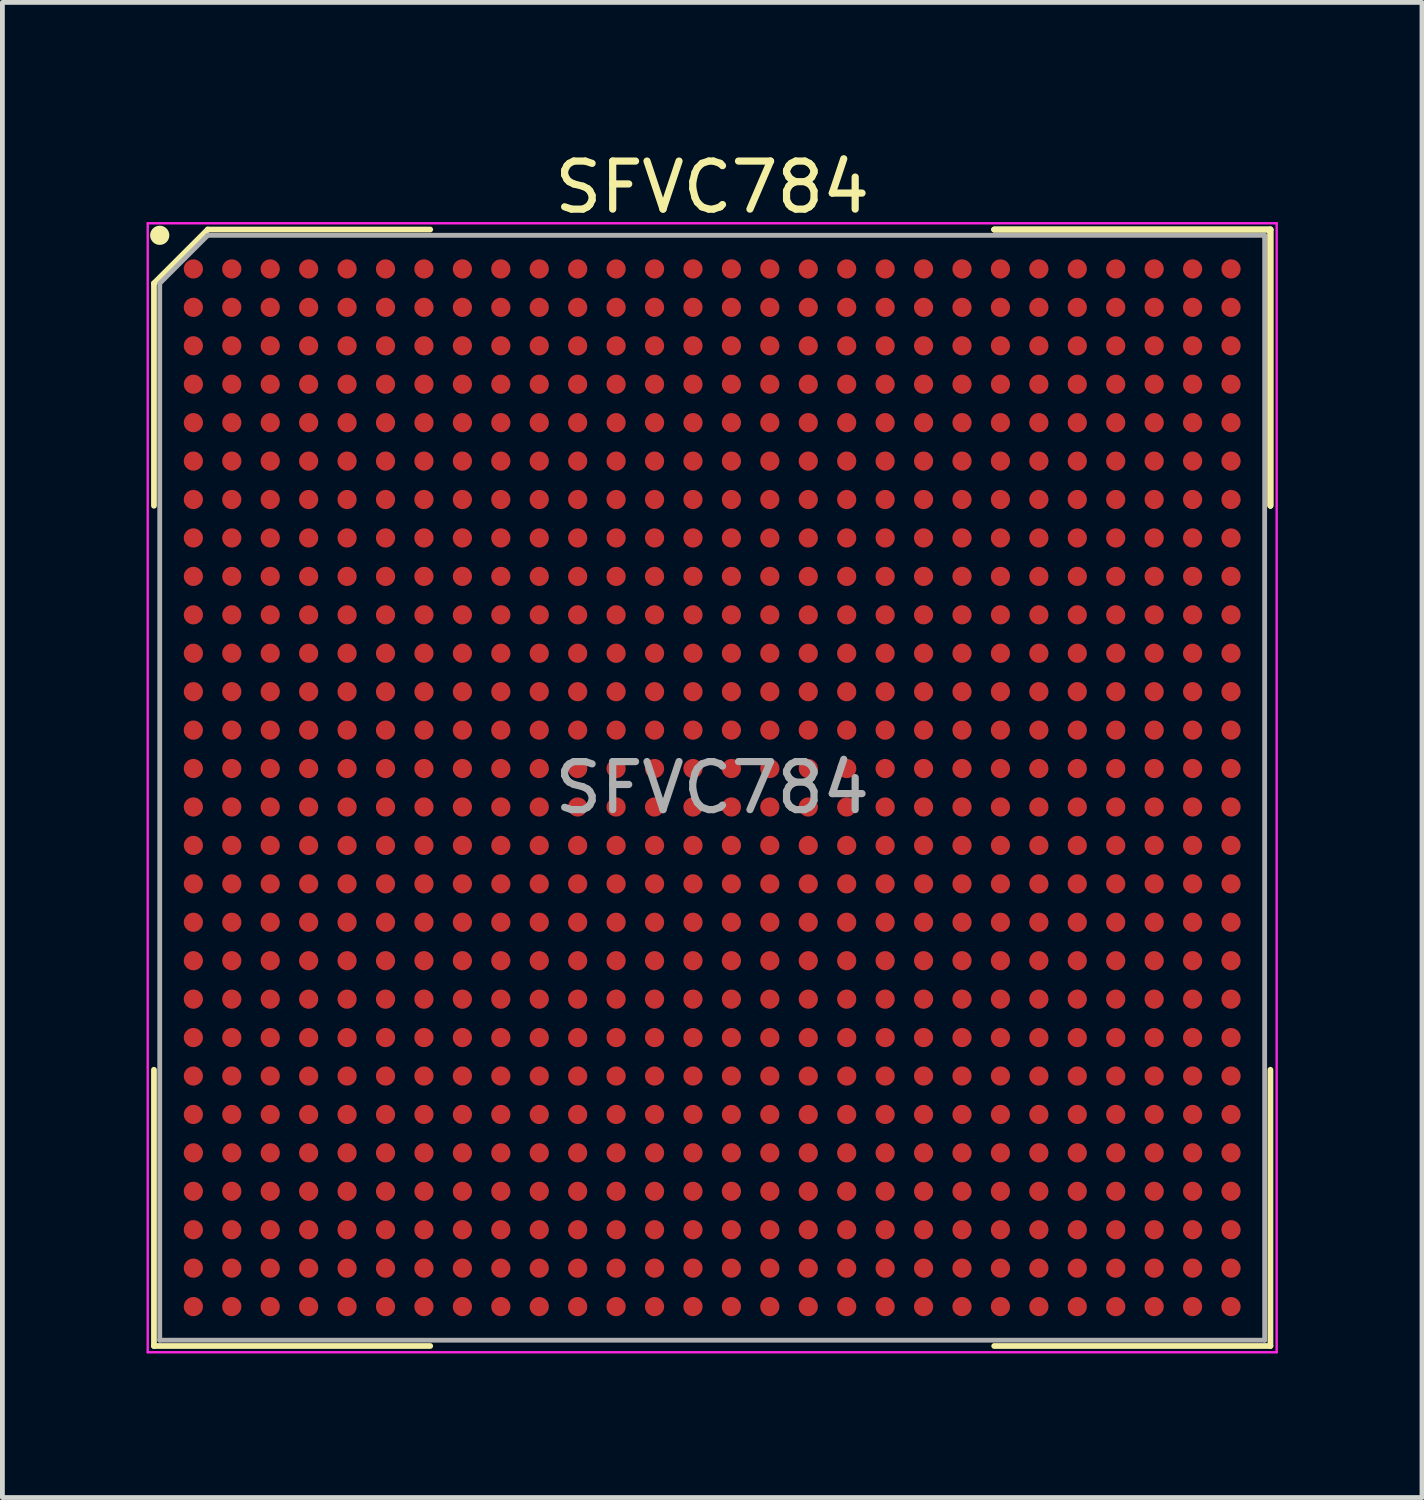
<source format=kicad_pcb>
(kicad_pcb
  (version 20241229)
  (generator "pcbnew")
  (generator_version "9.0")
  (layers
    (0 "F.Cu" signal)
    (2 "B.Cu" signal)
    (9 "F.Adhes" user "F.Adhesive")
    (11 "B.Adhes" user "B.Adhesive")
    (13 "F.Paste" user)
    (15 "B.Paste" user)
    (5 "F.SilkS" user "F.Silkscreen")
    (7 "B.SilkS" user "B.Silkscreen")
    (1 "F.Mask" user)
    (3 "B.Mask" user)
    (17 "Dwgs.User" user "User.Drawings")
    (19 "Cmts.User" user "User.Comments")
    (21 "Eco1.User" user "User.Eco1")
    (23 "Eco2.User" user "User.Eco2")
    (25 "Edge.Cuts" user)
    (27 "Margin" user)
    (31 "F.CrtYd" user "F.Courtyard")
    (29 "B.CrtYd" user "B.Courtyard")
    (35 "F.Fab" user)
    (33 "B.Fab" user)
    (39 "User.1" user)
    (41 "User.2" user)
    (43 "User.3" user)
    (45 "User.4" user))
  (footprint "SFVC784"
    (layer "F.Cu")
    (at 11.775 13.348)
    (property "Reference" "SFVC784" (at 0 -12.5 0) (layer "F.SilkS") (effects (font (size 1 1) (thickness 0.15))))
    (attr smd)
    (fp_line (start -11.62 -10.5) (end -11.62 -5.87) (stroke (width 0.12) (type solid)) (layer "F.SilkS"))
    (fp_line (start -11.62 11.62) (end -11.62 5.87) (stroke (width 0.12) (type solid)) (layer "F.SilkS"))
    (fp_line (start -10.5 -11.62) (end -11.62 -10.5) (stroke (width 0.12) (type solid)) (layer "F.SilkS"))
    (fp_line (start -5.87 -11.62) (end -10.5 -11.62) (stroke (width 0.12) (type solid)) (layer "F.SilkS"))
    (fp_line (start -5.87 11.62) (end -11.62 11.62) (stroke (width 0.12) (type solid)) (layer "F.SilkS"))
    (fp_line (start 5.87 -11.62) (end 11.62 -11.62) (stroke (width 0.12) (type solid)) (layer "F.SilkS"))
    (fp_line (start 5.87 -11.62) (end 11.62 -11.62) (stroke (width 0.12) (type solid)) (layer "F.SilkS"))
    (fp_line (start 5.87 -11.62) (end 11.62 -11.62) (stroke (width 0.12) (type solid)) (layer "F.SilkS"))
    (fp_line (start 5.87 11.62) (end 11.62 11.62) (stroke (width 0.12) (type solid)) (layer "F.SilkS"))
    (fp_line (start 11.62 -11.62) (end 11.62 -5.87) (stroke (width 0.12) (type solid)) (layer "F.SilkS"))
    (fp_line (start 11.62 -11.62) (end 11.62 -5.87) (stroke (width 0.12) (type solid)) (layer "F.SilkS"))
    (fp_line (start 11.62 -11.62) (end 11.62 -5.87) (stroke (width 0.12) (type solid)) (layer "F.SilkS"))
    (fp_line (start 11.62 11.62) (end 11.62 5.87) (stroke (width 0.12) (type solid)) (layer "F.SilkS"))
    (fp_circle (center -11.5 -11.5) (end -11.5 -11.4) (stroke (width 0.2) (type solid)) (fill no) (layer "F.SilkS"))
    (fp_line (start -11.75 -11.75) (end 11.75 -11.75) (stroke (width 0.05) (type solid)) (layer "F.CrtYd"))
    (fp_line (start -11.75 11.75) (end -11.75 -11.75) (stroke (width 0.05) (type solid)) (layer "F.CrtYd"))
    (fp_line (start 11.75 -11.75) (end 11.75 11.75) (stroke (width 0.05) (type solid)) (layer "F.CrtYd"))
    (fp_line (start 11.75 11.75) (end -11.75 11.75) (stroke (width 0.05) (type solid)) (layer "F.CrtYd"))
    (fp_line (start -11.5 -10.5) (end -11.5 11.5) (stroke (width 0.1) (type solid)) (layer "F.Fab"))
    (fp_line (start -11.5 11.5) (end 11.5 11.5) (stroke (width 0.1) (type solid)) (layer "F.Fab"))
    (fp_line (start -10.5 -11.5) (end -11.5 -10.5) (stroke (width 0.1) (type solid)) (layer "F.Fab"))
    (fp_line (start 11.5 -11.5) (end -10.5 -11.5) (stroke (width 0.1) (type solid)) (layer "F.Fab"))
    (fp_line (start 11.5 11.5) (end 11.5 -11.5) (stroke (width 0.1) (type solid)) (layer "F.Fab"))
    (fp_text user "${REFERENCE}" (at 0 0 0) (layer "F.Fab") (effects (font (size 1 1) (thickness 0.15))))
    (pad "A1" smd circle (at -10.8 -10.8) (size 0.4 0.4) (layers "F.Cu" "F.Mask" "F.Paste"))
    (pad "A2" smd circle (at -10 -10.8) (size 0.4 0.4) (layers "F.Cu" "F.Mask" "F.Paste"))
    (pad "A3" smd circle (at -9.2 -10.8) (size 0.4 0.4) (layers "F.Cu" "F.Mask" "F.Paste"))
    (pad "A4" smd circle (at -8.4 -10.8) (size 0.4 0.4) (layers "F.Cu" "F.Mask" "F.Paste"))
    (pad "A5" smd circle (at -7.6 -10.8) (size 0.4 0.4) (layers "F.Cu" "F.Mask" "F.Paste"))
    (pad "A6" smd circle (at -6.8 -10.8) (size 0.4 0.4) (layers "F.Cu" "F.Mask" "F.Paste"))
    (pad "A7" smd circle (at -6 -10.8) (size 0.4 0.4) (layers "F.Cu" "F.Mask" "F.Paste"))
    (pad "A8" smd circle (at -5.2 -10.8) (size 0.4 0.4) (layers "F.Cu" "F.Mask" "F.Paste"))
    (pad "A9" smd circle (at -4.4 -10.8) (size 0.4 0.4) (layers "F.Cu" "F.Mask" "F.Paste"))
    (pad "A10" smd circle (at -3.6 -10.8) (size 0.4 0.4) (layers "F.Cu" "F.Mask" "F.Paste"))
    (pad "A11" smd circle (at -2.8 -10.8) (size 0.4 0.4) (layers "F.Cu" "F.Mask" "F.Paste"))
    (pad "A12" smd circle (at -2 -10.8) (size 0.4 0.4) (layers "F.Cu" "F.Mask" "F.Paste"))
    (pad "A13" smd circle (at -1.2 -10.8) (size 0.4 0.4) (layers "F.Cu" "F.Mask" "F.Paste"))
    (pad "A14" smd circle (at -0.4 -10.8) (size 0.4 0.4) (layers "F.Cu" "F.Mask" "F.Paste"))
    (pad "A15" smd circle (at 0.4 -10.8) (size 0.4 0.4) (layers "F.Cu" "F.Mask" "F.Paste"))
    (pad "A16" smd circle (at 1.2 -10.8) (size 0.4 0.4) (layers "F.Cu" "F.Mask" "F.Paste"))
    (pad "A17" smd circle (at 2 -10.8) (size 0.4 0.4) (layers "F.Cu" "F.Mask" "F.Paste"))
    (pad "A18" smd circle (at 2.8 -10.8) (size 0.4 0.4) (layers "F.Cu" "F.Mask" "F.Paste"))
    (pad "A19" smd circle (at 3.6 -10.8) (size 0.4 0.4) (layers "F.Cu" "F.Mask" "F.Paste"))
    (pad "A20" smd circle (at 4.4 -10.8) (size 0.4 0.4) (layers "F.Cu" "F.Mask" "F.Paste"))
    (pad "A21" smd circle (at 5.2 -10.8) (size 0.4 0.4) (layers "F.Cu" "F.Mask" "F.Paste"))
    (pad "A22" smd circle (at 6 -10.8) (size 0.4 0.4) (layers "F.Cu" "F.Mask" "F.Paste"))
    (pad "A23" smd circle (at 6.8 -10.8) (size 0.4 0.4) (layers "F.Cu" "F.Mask" "F.Paste"))
    (pad "A24" smd circle (at 7.6 -10.8) (size 0.4 0.4) (layers "F.Cu" "F.Mask" "F.Paste"))
    (pad "A25" smd circle (at 8.4 -10.8) (size 0.4 0.4) (layers "F.Cu" "F.Mask" "F.Paste"))
    (pad "A26" smd circle (at 9.2 -10.8) (size 0.4 0.4) (layers "F.Cu" "F.Mask" "F.Paste"))
    (pad "A27" smd circle (at 10 -10.8) (size 0.4 0.4) (layers "F.Cu" "F.Mask" "F.Paste"))
    (pad "A28" smd circle (at 10.8 -10.8) (size 0.4 0.4) (layers "F.Cu" "F.Mask" "F.Paste"))
    (pad "AA1" smd circle (at -10.8 5.2) (size 0.4 0.4) (layers "F.Cu" "F.Mask" "F.Paste"))
    (pad "AA2" smd circle (at -10 5.2) (size 0.4 0.4) (layers "F.Cu" "F.Mask" "F.Paste"))
    (pad "AA3" smd circle (at -9.2 5.2) (size 0.4 0.4) (layers "F.Cu" "F.Mask" "F.Paste"))
    (pad "AA4" smd circle (at -8.4 5.2) (size 0.4 0.4) (layers "F.Cu" "F.Mask" "F.Paste"))
    (pad "AA5" smd circle (at -7.6 5.2) (size 0.4 0.4) (layers "F.Cu" "F.Mask" "F.Paste"))
    (pad "AA6" smd circle (at -6.8 5.2) (size 0.4 0.4) (layers "F.Cu" "F.Mask" "F.Paste"))
    (pad "AA7" smd circle (at -6 5.2) (size 0.4 0.4) (layers "F.Cu" "F.Mask" "F.Paste"))
    (pad "AA8" smd circle (at -5.2 5.2) (size 0.4 0.4) (layers "F.Cu" "F.Mask" "F.Paste"))
    (pad "AA9" smd circle (at -4.4 5.2) (size 0.4 0.4) (layers "F.Cu" "F.Mask" "F.Paste"))
    (pad "AA10" smd circle (at -3.6 5.2) (size 0.4 0.4) (layers "F.Cu" "F.Mask" "F.Paste"))
    (pad "AA11" smd circle (at -2.8 5.2) (size 0.4 0.4) (layers "F.Cu" "F.Mask" "F.Paste"))
    (pad "AA12" smd circle (at -2 5.2) (size 0.4 0.4) (layers "F.Cu" "F.Mask" "F.Paste"))
    (pad "AA13" smd circle (at -1.2 5.2) (size 0.4 0.4) (layers "F.Cu" "F.Mask" "F.Paste"))
    (pad "AA14" smd circle (at -0.4 5.2) (size 0.4 0.4) (layers "F.Cu" "F.Mask" "F.Paste"))
    (pad "AA15" smd circle (at 0.4 5.2) (size 0.4 0.4) (layers "F.Cu" "F.Mask" "F.Paste"))
    (pad "AA16" smd circle (at 1.2 5.2) (size 0.4 0.4) (layers "F.Cu" "F.Mask" "F.Paste"))
    (pad "AA17" smd circle (at 2 5.2) (size 0.4 0.4) (layers "F.Cu" "F.Mask" "F.Paste"))
    (pad "AA18" smd circle (at 2.8 5.2) (size 0.4 0.4) (layers "F.Cu" "F.Mask" "F.Paste"))
    (pad "AA19" smd circle (at 3.6 5.2) (size 0.4 0.4) (layers "F.Cu" "F.Mask" "F.Paste"))
    (pad "AA20" smd circle (at 4.4 5.2) (size 0.4 0.4) (layers "F.Cu" "F.Mask" "F.Paste"))
    (pad "AA21" smd circle (at 5.2 5.2) (size 0.4 0.4) (layers "F.Cu" "F.Mask" "F.Paste"))
    (pad "AA22" smd circle (at 6 5.2) (size 0.4 0.4) (layers "F.Cu" "F.Mask" "F.Paste"))
    (pad "AA23" smd circle (at 6.8 5.2) (size 0.4 0.4) (layers "F.Cu" "F.Mask" "F.Paste"))
    (pad "AA24" smd circle (at 7.6 5.2) (size 0.4 0.4) (layers "F.Cu" "F.Mask" "F.Paste"))
    (pad "AA25" smd circle (at 8.4 5.2) (size 0.4 0.4) (layers "F.Cu" "F.Mask" "F.Paste"))
    (pad "AA26" smd circle (at 9.2 5.2) (size 0.4 0.4) (layers "F.Cu" "F.Mask" "F.Paste"))
    (pad "AA27" smd circle (at 10 5.2) (size 0.4 0.4) (layers "F.Cu" "F.Mask" "F.Paste"))
    (pad "AA28" smd circle (at 10.8 5.2) (size 0.4 0.4) (layers "F.Cu" "F.Mask" "F.Paste"))
    (pad "AB1" smd circle (at -10.8 6) (size 0.4 0.4) (layers "F.Cu" "F.Mask" "F.Paste"))
    (pad "AB2" smd circle (at -10 6) (size 0.4 0.4) (layers "F.Cu" "F.Mask" "F.Paste"))
    (pad "AB3" smd circle (at -9.2 6) (size 0.4 0.4) (layers "F.Cu" "F.Mask" "F.Paste"))
    (pad "AB4" smd circle (at -8.4 6) (size 0.4 0.4) (layers "F.Cu" "F.Mask" "F.Paste"))
    (pad "AB5" smd circle (at -7.6 6) (size 0.4 0.4) (layers "F.Cu" "F.Mask" "F.Paste"))
    (pad "AB6" smd circle (at -6.8 6) (size 0.4 0.4) (layers "F.Cu" "F.Mask" "F.Paste"))
    (pad "AB7" smd circle (at -6 6) (size 0.4 0.4) (layers "F.Cu" "F.Mask" "F.Paste"))
    (pad "AB8" smd circle (at -5.2 6) (size 0.4 0.4) (layers "F.Cu" "F.Mask" "F.Paste"))
    (pad "AB9" smd circle (at -4.4 6) (size 0.4 0.4) (layers "F.Cu" "F.Mask" "F.Paste"))
    (pad "AB10" smd circle (at -3.6 6) (size 0.4 0.4) (layers "F.Cu" "F.Mask" "F.Paste"))
    (pad "AB11" smd circle (at -2.8 6) (size 0.4 0.4) (layers "F.Cu" "F.Mask" "F.Paste"))
    (pad "AB12" smd circle (at -2 6) (size 0.4 0.4) (layers "F.Cu" "F.Mask" "F.Paste"))
    (pad "AB13" smd circle (at -1.2 6) (size 0.4 0.4) (layers "F.Cu" "F.Mask" "F.Paste"))
    (pad "AB14" smd circle (at -0.4 6) (size 0.4 0.4) (layers "F.Cu" "F.Mask" "F.Paste"))
    (pad "AB15" smd circle (at 0.4 6) (size 0.4 0.4) (layers "F.Cu" "F.Mask" "F.Paste"))
    (pad "AB16" smd circle (at 1.2 6) (size 0.4 0.4) (layers "F.Cu" "F.Mask" "F.Paste"))
    (pad "AB17" smd circle (at 2 6) (size 0.4 0.4) (layers "F.Cu" "F.Mask" "F.Paste"))
    (pad "AB18" smd circle (at 2.8 6) (size 0.4 0.4) (layers "F.Cu" "F.Mask" "F.Paste"))
    (pad "AB19" smd circle (at 3.6 6) (size 0.4 0.4) (layers "F.Cu" "F.Mask" "F.Paste"))
    (pad "AB20" smd circle (at 4.4 6) (size 0.4 0.4) (layers "F.Cu" "F.Mask" "F.Paste"))
    (pad "AB21" smd circle (at 5.2 6) (size 0.4 0.4) (layers "F.Cu" "F.Mask" "F.Paste"))
    (pad "AB22" smd circle (at 6 6) (size 0.4 0.4) (layers "F.Cu" "F.Mask" "F.Paste"))
    (pad "AB23" smd circle (at 6.8 6) (size 0.4 0.4) (layers "F.Cu" "F.Mask" "F.Paste"))
    (pad "AB24" smd circle (at 7.6 6) (size 0.4 0.4) (layers "F.Cu" "F.Mask" "F.Paste"))
    (pad "AB25" smd circle (at 8.4 6) (size 0.4 0.4) (layers "F.Cu" "F.Mask" "F.Paste"))
    (pad "AB26" smd circle (at 9.2 6) (size 0.4 0.4) (layers "F.Cu" "F.Mask" "F.Paste"))
    (pad "AB27" smd circle (at 10 6) (size 0.4 0.4) (layers "F.Cu" "F.Mask" "F.Paste"))
    (pad "AB28" smd circle (at 10.8 6) (size 0.4 0.4) (layers "F.Cu" "F.Mask" "F.Paste"))
    (pad "AC1" smd circle (at -10.8 6.8) (size 0.4 0.4) (layers "F.Cu" "F.Mask" "F.Paste"))
    (pad "AC2" smd circle (at -10 6.8) (size 0.4 0.4) (layers "F.Cu" "F.Mask" "F.Paste"))
    (pad "AC3" smd circle (at -9.2 6.8) (size 0.4 0.4) (layers "F.Cu" "F.Mask" "F.Paste"))
    (pad "AC4" smd circle (at -8.4 6.8) (size 0.4 0.4) (layers "F.Cu" "F.Mask" "F.Paste"))
    (pad "AC5" smd circle (at -7.6 6.8) (size 0.4 0.4) (layers "F.Cu" "F.Mask" "F.Paste"))
    (pad "AC6" smd circle (at -6.8 6.8) (size 0.4 0.4) (layers "F.Cu" "F.Mask" "F.Paste"))
    (pad "AC7" smd circle (at -6 6.8) (size 0.4 0.4) (layers "F.Cu" "F.Mask" "F.Paste"))
    (pad "AC8" smd circle (at -5.2 6.8) (size 0.4 0.4) (layers "F.Cu" "F.Mask" "F.Paste"))
    (pad "AC9" smd circle (at -4.4 6.8) (size 0.4 0.4) (layers "F.Cu" "F.Mask" "F.Paste"))
    (pad "AC10" smd circle (at -3.6 6.8) (size 0.4 0.4) (layers "F.Cu" "F.Mask" "F.Paste"))
    (pad "AC11" smd circle (at -2.8 6.8) (size 0.4 0.4) (layers "F.Cu" "F.Mask" "F.Paste"))
    (pad "AC12" smd circle (at -2 6.8) (size 0.4 0.4) (layers "F.Cu" "F.Mask" "F.Paste"))
    (pad "AC13" smd circle (at -1.2 6.8) (size 0.4 0.4) (layers "F.Cu" "F.Mask" "F.Paste"))
    (pad "AC14" smd circle (at -0.4 6.8) (size 0.4 0.4) (layers "F.Cu" "F.Mask" "F.Paste"))
    (pad "AC15" smd circle (at 0.4 6.8) (size 0.4 0.4) (layers "F.Cu" "F.Mask" "F.Paste"))
    (pad "AC16" smd circle (at 1.2 6.8) (size 0.4 0.4) (layers "F.Cu" "F.Mask" "F.Paste"))
    (pad "AC17" smd circle (at 2 6.8) (size 0.4 0.4) (layers "F.Cu" "F.Mask" "F.Paste"))
    (pad "AC18" smd circle (at 2.8 6.8) (size 0.4 0.4) (layers "F.Cu" "F.Mask" "F.Paste"))
    (pad "AC19" smd circle (at 3.6 6.8) (size 0.4 0.4) (layers "F.Cu" "F.Mask" "F.Paste"))
    (pad "AC20" smd circle (at 4.4 6.8) (size 0.4 0.4) (layers "F.Cu" "F.Mask" "F.Paste"))
    (pad "AC21" smd circle (at 5.2 6.8) (size 0.4 0.4) (layers "F.Cu" "F.Mask" "F.Paste"))
    (pad "AC22" smd circle (at 6 6.8) (size 0.4 0.4) (layers "F.Cu" "F.Mask" "F.Paste"))
    (pad "AC23" smd circle (at 6.8 6.8) (size 0.4 0.4) (layers "F.Cu" "F.Mask" "F.Paste"))
    (pad "AC24" smd circle (at 7.6 6.8) (size 0.4 0.4) (layers "F.Cu" "F.Mask" "F.Paste"))
    (pad "AC25" smd circle (at 8.4 6.8) (size 0.4 0.4) (layers "F.Cu" "F.Mask" "F.Paste"))
    (pad "AC26" smd circle (at 9.2 6.8) (size 0.4 0.4) (layers "F.Cu" "F.Mask" "F.Paste"))
    (pad "AC27" smd circle (at 10 6.8) (size 0.4 0.4) (layers "F.Cu" "F.Mask" "F.Paste"))
    (pad "AC28" smd circle (at 10.8 6.8) (size 0.4 0.4) (layers "F.Cu" "F.Mask" "F.Paste"))
    (pad "AD1" smd circle (at -10.8 7.6) (size 0.4 0.4) (layers "F.Cu" "F.Mask" "F.Paste"))
    (pad "AD2" smd circle (at -10 7.6) (size 0.4 0.4) (layers "F.Cu" "F.Mask" "F.Paste"))
    (pad "AD3" smd circle (at -9.2 7.6) (size 0.4 0.4) (layers "F.Cu" "F.Mask" "F.Paste"))
    (pad "AD4" smd circle (at -8.4 7.6) (size 0.4 0.4) (layers "F.Cu" "F.Mask" "F.Paste"))
    (pad "AD5" smd circle (at -7.6 7.6) (size 0.4 0.4) (layers "F.Cu" "F.Mask" "F.Paste"))
    (pad "AD6" smd circle (at -6.8 7.6) (size 0.4 0.4) (layers "F.Cu" "F.Mask" "F.Paste"))
    (pad "AD7" smd circle (at -6 7.6) (size 0.4 0.4) (layers "F.Cu" "F.Mask" "F.Paste"))
    (pad "AD8" smd circle (at -5.2 7.6) (size 0.4 0.4) (layers "F.Cu" "F.Mask" "F.Paste"))
    (pad "AD9" smd circle (at -4.4 7.6) (size 0.4 0.4) (layers "F.Cu" "F.Mask" "F.Paste"))
    (pad "AD10" smd circle (at -3.6 7.6) (size 0.4 0.4) (layers "F.Cu" "F.Mask" "F.Paste"))
    (pad "AD11" smd circle (at -2.8 7.6) (size 0.4 0.4) (layers "F.Cu" "F.Mask" "F.Paste"))
    (pad "AD12" smd circle (at -2 7.6) (size 0.4 0.4) (layers "F.Cu" "F.Mask" "F.Paste"))
    (pad "AD13" smd circle (at -1.2 7.6) (size 0.4 0.4) (layers "F.Cu" "F.Mask" "F.Paste"))
    (pad "AD14" smd circle (at -0.4 7.6) (size 0.4 0.4) (layers "F.Cu" "F.Mask" "F.Paste"))
    (pad "AD15" smd circle (at 0.4 7.6) (size 0.4 0.4) (layers "F.Cu" "F.Mask" "F.Paste"))
    (pad "AD16" smd circle (at 1.2 7.6) (size 0.4 0.4) (layers "F.Cu" "F.Mask" "F.Paste"))
    (pad "AD17" smd circle (at 2 7.6) (size 0.4 0.4) (layers "F.Cu" "F.Mask" "F.Paste"))
    (pad "AD18" smd circle (at 2.8 7.6) (size 0.4 0.4) (layers "F.Cu" "F.Mask" "F.Paste"))
    (pad "AD19" smd circle (at 3.6 7.6) (size 0.4 0.4) (layers "F.Cu" "F.Mask" "F.Paste"))
    (pad "AD20" smd circle (at 4.4 7.6) (size 0.4 0.4) (layers "F.Cu" "F.Mask" "F.Paste"))
    (pad "AD21" smd circle (at 5.2 7.6) (size 0.4 0.4) (layers "F.Cu" "F.Mask" "F.Paste"))
    (pad "AD22" smd circle (at 6 7.6) (size 0.4 0.4) (layers "F.Cu" "F.Mask" "F.Paste"))
    (pad "AD23" smd circle (at 6.8 7.6) (size 0.4 0.4) (layers "F.Cu" "F.Mask" "F.Paste"))
    (pad "AD24" smd circle (at 7.6 7.6) (size 0.4 0.4) (layers "F.Cu" "F.Mask" "F.Paste"))
    (pad "AD25" smd circle (at 8.4 7.6) (size 0.4 0.4) (layers "F.Cu" "F.Mask" "F.Paste"))
    (pad "AD26" smd circle (at 9.2 7.6) (size 0.4 0.4) (layers "F.Cu" "F.Mask" "F.Paste"))
    (pad "AD27" smd circle (at 10 7.6) (size 0.4 0.4) (layers "F.Cu" "F.Mask" "F.Paste"))
    (pad "AD28" smd circle (at 10.8 7.6) (size 0.4 0.4) (layers "F.Cu" "F.Mask" "F.Paste"))
    (pad "AE1" smd circle (at -10.8 8.4) (size 0.4 0.4) (layers "F.Cu" "F.Mask" "F.Paste"))
    (pad "AE2" smd circle (at -10 8.4) (size 0.4 0.4) (layers "F.Cu" "F.Mask" "F.Paste"))
    (pad "AE3" smd circle (at -9.2 8.4) (size 0.4 0.4) (layers "F.Cu" "F.Mask" "F.Paste"))
    (pad "AE4" smd circle (at -8.4 8.4) (size 0.4 0.4) (layers "F.Cu" "F.Mask" "F.Paste"))
    (pad "AE5" smd circle (at -7.6 8.4) (size 0.4 0.4) (layers "F.Cu" "F.Mask" "F.Paste"))
    (pad "AE6" smd circle (at -6.8 8.4) (size 0.4 0.4) (layers "F.Cu" "F.Mask" "F.Paste"))
    (pad "AE7" smd circle (at -6 8.4) (size 0.4 0.4) (layers "F.Cu" "F.Mask" "F.Paste"))
    (pad "AE8" smd circle (at -5.2 8.4) (size 0.4 0.4) (layers "F.Cu" "F.Mask" "F.Paste"))
    (pad "AE9" smd circle (at -4.4 8.4) (size 0.4 0.4) (layers "F.Cu" "F.Mask" "F.Paste"))
    (pad "AE10" smd circle (at -3.6 8.4) (size 0.4 0.4) (layers "F.Cu" "F.Mask" "F.Paste"))
    (pad "AE11" smd circle (at -2.8 8.4) (size 0.4 0.4) (layers "F.Cu" "F.Mask" "F.Paste"))
    (pad "AE12" smd circle (at -2 8.4) (size 0.4 0.4) (layers "F.Cu" "F.Mask" "F.Paste"))
    (pad "AE13" smd circle (at -1.2 8.4) (size 0.4 0.4) (layers "F.Cu" "F.Mask" "F.Paste"))
    (pad "AE14" smd circle (at -0.4 8.4) (size 0.4 0.4) (layers "F.Cu" "F.Mask" "F.Paste"))
    (pad "AE15" smd circle (at 0.4 8.4) (size 0.4 0.4) (layers "F.Cu" "F.Mask" "F.Paste"))
    (pad "AE16" smd circle (at 1.2 8.4) (size 0.4 0.4) (layers "F.Cu" "F.Mask" "F.Paste"))
    (pad "AE17" smd circle (at 2 8.4) (size 0.4 0.4) (layers "F.Cu" "F.Mask" "F.Paste"))
    (pad "AE18" smd circle (at 2.8 8.4) (size 0.4 0.4) (layers "F.Cu" "F.Mask" "F.Paste"))
    (pad "AE19" smd circle (at 3.6 8.4) (size 0.4 0.4) (layers "F.Cu" "F.Mask" "F.Paste"))
    (pad "AE20" smd circle (at 4.4 8.4) (size 0.4 0.4) (layers "F.Cu" "F.Mask" "F.Paste"))
    (pad "AE21" smd circle (at 5.2 8.4) (size 0.4 0.4) (layers "F.Cu" "F.Mask" "F.Paste"))
    (pad "AE22" smd circle (at 6 8.4) (size 0.4 0.4) (layers "F.Cu" "F.Mask" "F.Paste"))
    (pad "AE23" smd circle (at 6.8 8.4) (size 0.4 0.4) (layers "F.Cu" "F.Mask" "F.Paste"))
    (pad "AE24" smd circle (at 7.6 8.4) (size 0.4 0.4) (layers "F.Cu" "F.Mask" "F.Paste"))
    (pad "AE25" smd circle (at 8.4 8.4) (size 0.4 0.4) (layers "F.Cu" "F.Mask" "F.Paste"))
    (pad "AE26" smd circle (at 9.2 8.4) (size 0.4 0.4) (layers "F.Cu" "F.Mask" "F.Paste"))
    (pad "AE27" smd circle (at 10 8.4) (size 0.4 0.4) (layers "F.Cu" "F.Mask" "F.Paste"))
    (pad "AE28" smd circle (at 10.8 8.4) (size 0.4 0.4) (layers "F.Cu" "F.Mask" "F.Paste"))
    (pad "AF1" smd circle (at -10.8 9.2) (size 0.4 0.4) (layers "F.Cu" "F.Mask" "F.Paste"))
    (pad "AF2" smd circle (at -10 9.2) (size 0.4 0.4) (layers "F.Cu" "F.Mask" "F.Paste"))
    (pad "AF3" smd circle (at -9.2 9.2) (size 0.4 0.4) (layers "F.Cu" "F.Mask" "F.Paste"))
    (pad "AF4" smd circle (at -8.4 9.2) (size 0.4 0.4) (layers "F.Cu" "F.Mask" "F.Paste"))
    (pad "AF5" smd circle (at -7.6 9.2) (size 0.4 0.4) (layers "F.Cu" "F.Mask" "F.Paste"))
    (pad "AF6" smd circle (at -6.8 9.2) (size 0.4 0.4) (layers "F.Cu" "F.Mask" "F.Paste"))
    (pad "AF7" smd circle (at -6 9.2) (size 0.4 0.4) (layers "F.Cu" "F.Mask" "F.Paste"))
    (pad "AF8" smd circle (at -5.2 9.2) (size 0.4 0.4) (layers "F.Cu" "F.Mask" "F.Paste"))
    (pad "AF9" smd circle (at -4.4 9.2) (size 0.4 0.4) (layers "F.Cu" "F.Mask" "F.Paste"))
    (pad "AF10" smd circle (at -3.6 9.2) (size 0.4 0.4) (layers "F.Cu" "F.Mask" "F.Paste"))
    (pad "AF11" smd circle (at -2.8 9.2) (size 0.4 0.4) (layers "F.Cu" "F.Mask" "F.Paste"))
    (pad "AF12" smd circle (at -2 9.2) (size 0.4 0.4) (layers "F.Cu" "F.Mask" "F.Paste"))
    (pad "AF13" smd circle (at -1.2 9.2) (size 0.4 0.4) (layers "F.Cu" "F.Mask" "F.Paste"))
    (pad "AF14" smd circle (at -0.4 9.2) (size 0.4 0.4) (layers "F.Cu" "F.Mask" "F.Paste"))
    (pad "AF15" smd circle (at 0.4 9.2) (size 0.4 0.4) (layers "F.Cu" "F.Mask" "F.Paste"))
    (pad "AF16" smd circle (at 1.2 9.2) (size 0.4 0.4) (layers "F.Cu" "F.Mask" "F.Paste"))
    (pad "AF17" smd circle (at 2 9.2) (size 0.4 0.4) (layers "F.Cu" "F.Mask" "F.Paste"))
    (pad "AF18" smd circle (at 2.8 9.2) (size 0.4 0.4) (layers "F.Cu" "F.Mask" "F.Paste"))
    (pad "AF19" smd circle (at 3.6 9.2) (size 0.4 0.4) (layers "F.Cu" "F.Mask" "F.Paste"))
    (pad "AF20" smd circle (at 4.4 9.2) (size 0.4 0.4) (layers "F.Cu" "F.Mask" "F.Paste"))
    (pad "AF21" smd circle (at 5.2 9.2) (size 0.4 0.4) (layers "F.Cu" "F.Mask" "F.Paste"))
    (pad "AF22" smd circle (at 6 9.2) (size 0.4 0.4) (layers "F.Cu" "F.Mask" "F.Paste"))
    (pad "AF23" smd circle (at 6.8 9.2) (size 0.4 0.4) (layers "F.Cu" "F.Mask" "F.Paste"))
    (pad "AF24" smd circle (at 7.6 9.2) (size 0.4 0.4) (layers "F.Cu" "F.Mask" "F.Paste"))
    (pad "AF25" smd circle (at 8.4 9.2) (size 0.4 0.4) (layers "F.Cu" "F.Mask" "F.Paste"))
    (pad "AF26" smd circle (at 9.2 9.2) (size 0.4 0.4) (layers "F.Cu" "F.Mask" "F.Paste"))
    (pad "AF27" smd circle (at 10 9.2) (size 0.4 0.4) (layers "F.Cu" "F.Mask" "F.Paste"))
    (pad "AF28" smd circle (at 10.8 9.2) (size 0.4 0.4) (layers "F.Cu" "F.Mask" "F.Paste"))
    (pad "AG1" smd circle (at -10.8 10) (size 0.4 0.4) (layers "F.Cu" "F.Mask" "F.Paste"))
    (pad "AG2" smd circle (at -10 10) (size 0.4 0.4) (layers "F.Cu" "F.Mask" "F.Paste"))
    (pad "AG3" smd circle (at -9.2 10) (size 0.4 0.4) (layers "F.Cu" "F.Mask" "F.Paste"))
    (pad "AG4" smd circle (at -8.4 10) (size 0.4 0.4) (layers "F.Cu" "F.Mask" "F.Paste"))
    (pad "AG5" smd circle (at -7.6 10) (size 0.4 0.4) (layers "F.Cu" "F.Mask" "F.Paste"))
    (pad "AG6" smd circle (at -6.8 10) (size 0.4 0.4) (layers "F.Cu" "F.Mask" "F.Paste"))
    (pad "AG7" smd circle (at -6 10) (size 0.4 0.4) (layers "F.Cu" "F.Mask" "F.Paste"))
    (pad "AG8" smd circle (at -5.2 10) (size 0.4 0.4) (layers "F.Cu" "F.Mask" "F.Paste"))
    (pad "AG9" smd circle (at -4.4 10) (size 0.4 0.4) (layers "F.Cu" "F.Mask" "F.Paste"))
    (pad "AG10" smd circle (at -3.6 10) (size 0.4 0.4) (layers "F.Cu" "F.Mask" "F.Paste"))
    (pad "AG11" smd circle (at -2.8 10) (size 0.4 0.4) (layers "F.Cu" "F.Mask" "F.Paste"))
    (pad "AG12" smd circle (at -2 10) (size 0.4 0.4) (layers "F.Cu" "F.Mask" "F.Paste"))
    (pad "AG13" smd circle (at -1.2 10) (size 0.4 0.4) (layers "F.Cu" "F.Mask" "F.Paste"))
    (pad "AG14" smd circle (at -0.4 10) (size 0.4 0.4) (layers "F.Cu" "F.Mask" "F.Paste"))
    (pad "AG15" smd circle (at 0.4 10) (size 0.4 0.4) (layers "F.Cu" "F.Mask" "F.Paste"))
    (pad "AG16" smd circle (at 1.2 10) (size 0.4 0.4) (layers "F.Cu" "F.Mask" "F.Paste"))
    (pad "AG17" smd circle (at 2 10) (size 0.4 0.4) (layers "F.Cu" "F.Mask" "F.Paste"))
    (pad "AG18" smd circle (at 2.8 10) (size 0.4 0.4) (layers "F.Cu" "F.Mask" "F.Paste"))
    (pad "AG19" smd circle (at 3.6 10) (size 0.4 0.4) (layers "F.Cu" "F.Mask" "F.Paste"))
    (pad "AG20" smd circle (at 4.4 10) (size 0.4 0.4) (layers "F.Cu" "F.Mask" "F.Paste"))
    (pad "AG21" smd circle (at 5.2 10) (size 0.4 0.4) (layers "F.Cu" "F.Mask" "F.Paste"))
    (pad "AG22" smd circle (at 6 10) (size 0.4 0.4) (layers "F.Cu" "F.Mask" "F.Paste"))
    (pad "AG23" smd circle (at 6.8 10) (size 0.4 0.4) (layers "F.Cu" "F.Mask" "F.Paste"))
    (pad "AG24" smd circle (at 7.6 10) (size 0.4 0.4) (layers "F.Cu" "F.Mask" "F.Paste"))
    (pad "AG25" smd circle (at 8.4 10) (size 0.4 0.4) (layers "F.Cu" "F.Mask" "F.Paste"))
    (pad "AG26" smd circle (at 9.2 10) (size 0.4 0.4) (layers "F.Cu" "F.Mask" "F.Paste"))
    (pad "AG27" smd circle (at 10 10) (size 0.4 0.4) (layers "F.Cu" "F.Mask" "F.Paste"))
    (pad "AG28" smd circle (at 10.8 10) (size 0.4 0.4) (layers "F.Cu" "F.Mask" "F.Paste"))
    (pad "AH1" smd circle (at -10.8 10.8) (size 0.4 0.4) (layers "F.Cu" "F.Mask" "F.Paste"))
    (pad "AH2" smd circle (at -10 10.8) (size 0.4 0.4) (layers "F.Cu" "F.Mask" "F.Paste"))
    (pad "AH3" smd circle (at -9.2 10.8) (size 0.4 0.4) (layers "F.Cu" "F.Mask" "F.Paste"))
    (pad "AH4" smd circle (at -8.4 10.8) (size 0.4 0.4) (layers "F.Cu" "F.Mask" "F.Paste"))
    (pad "AH5" smd circle (at -7.6 10.8) (size 0.4 0.4) (layers "F.Cu" "F.Mask" "F.Paste"))
    (pad "AH6" smd circle (at -6.8 10.8) (size 0.4 0.4) (layers "F.Cu" "F.Mask" "F.Paste"))
    (pad "AH7" smd circle (at -6 10.8) (size 0.4 0.4) (layers "F.Cu" "F.Mask" "F.Paste"))
    (pad "AH8" smd circle (at -5.2 10.8) (size 0.4 0.4) (layers "F.Cu" "F.Mask" "F.Paste"))
    (pad "AH9" smd circle (at -4.4 10.8) (size 0.4 0.4) (layers "F.Cu" "F.Mask" "F.Paste"))
    (pad "AH10" smd circle (at -3.6 10.8) (size 0.4 0.4) (layers "F.Cu" "F.Mask" "F.Paste"))
    (pad "AH11" smd circle (at -2.8 10.8) (size 0.4 0.4) (layers "F.Cu" "F.Mask" "F.Paste"))
    (pad "AH12" smd circle (at -2 10.8) (size 0.4 0.4) (layers "F.Cu" "F.Mask" "F.Paste"))
    (pad "AH13" smd circle (at -1.2 10.8) (size 0.4 0.4) (layers "F.Cu" "F.Mask" "F.Paste"))
    (pad "AH14" smd circle (at -0.4 10.8) (size 0.4 0.4) (layers "F.Cu" "F.Mask" "F.Paste"))
    (pad "AH15" smd circle (at 0.4 10.8) (size 0.4 0.4) (layers "F.Cu" "F.Mask" "F.Paste"))
    (pad "AH16" smd circle (at 1.2 10.8) (size 0.4 0.4) (layers "F.Cu" "F.Mask" "F.Paste"))
    (pad "AH17" smd circle (at 2 10.8) (size 0.4 0.4) (layers "F.Cu" "F.Mask" "F.Paste"))
    (pad "AH18" smd circle (at 2.8 10.8) (size 0.4 0.4) (layers "F.Cu" "F.Mask" "F.Paste"))
    (pad "AH19" smd circle (at 3.6 10.8) (size 0.4 0.4) (layers "F.Cu" "F.Mask" "F.Paste"))
    (pad "AH20" smd circle (at 4.4 10.8) (size 0.4 0.4) (layers "F.Cu" "F.Mask" "F.Paste"))
    (pad "AH21" smd circle (at 5.2 10.8) (size 0.4 0.4) (layers "F.Cu" "F.Mask" "F.Paste"))
    (pad "AH22" smd circle (at 6 10.8) (size 0.4 0.4) (layers "F.Cu" "F.Mask" "F.Paste"))
    (pad "AH23" smd circle (at 6.8 10.8) (size 0.4 0.4) (layers "F.Cu" "F.Mask" "F.Paste"))
    (pad "AH24" smd circle (at 7.6 10.8) (size 0.4 0.4) (layers "F.Cu" "F.Mask" "F.Paste"))
    (pad "AH25" smd circle (at 8.4 10.8) (size 0.4 0.4) (layers "F.Cu" "F.Mask" "F.Paste"))
    (pad "AH26" smd circle (at 9.2 10.8) (size 0.4 0.4) (layers "F.Cu" "F.Mask" "F.Paste"))
    (pad "AH27" smd circle (at 10 10.8) (size 0.4 0.4) (layers "F.Cu" "F.Mask" "F.Paste"))
    (pad "AH28" smd circle (at 10.8 10.8) (size 0.4 0.4) (layers "F.Cu" "F.Mask" "F.Paste"))
    (pad "B1" smd circle (at -10.8 -10) (size 0.4 0.4) (layers "F.Cu" "F.Mask" "F.Paste"))
    (pad "B2" smd circle (at -10 -10) (size 0.4 0.4) (layers "F.Cu" "F.Mask" "F.Paste"))
    (pad "B3" smd circle (at -9.2 -10) (size 0.4 0.4) (layers "F.Cu" "F.Mask" "F.Paste"))
    (pad "B4" smd circle (at -8.4 -10) (size 0.4 0.4) (layers "F.Cu" "F.Mask" "F.Paste"))
    (pad "B5" smd circle (at -7.6 -10) (size 0.4 0.4) (layers "F.Cu" "F.Mask" "F.Paste"))
    (pad "B6" smd circle (at -6.8 -10) (size 0.4 0.4) (layers "F.Cu" "F.Mask" "F.Paste"))
    (pad "B7" smd circle (at -6 -10) (size 0.4 0.4) (layers "F.Cu" "F.Mask" "F.Paste"))
    (pad "B8" smd circle (at -5.2 -10) (size 0.4 0.4) (layers "F.Cu" "F.Mask" "F.Paste"))
    (pad "B9" smd circle (at -4.4 -10) (size 0.4 0.4) (layers "F.Cu" "F.Mask" "F.Paste"))
    (pad "B10" smd circle (at -3.6 -10) (size 0.4 0.4) (layers "F.Cu" "F.Mask" "F.Paste"))
    (pad "B11" smd circle (at -2.8 -10) (size 0.4 0.4) (layers "F.Cu" "F.Mask" "F.Paste"))
    (pad "B12" smd circle (at -2 -10) (size 0.4 0.4) (layers "F.Cu" "F.Mask" "F.Paste"))
    (pad "B13" smd circle (at -1.2 -10) (size 0.4 0.4) (layers "F.Cu" "F.Mask" "F.Paste"))
    (pad "B14" smd circle (at -0.4 -10) (size 0.4 0.4) (layers "F.Cu" "F.Mask" "F.Paste"))
    (pad "B15" smd circle (at 0.4 -10) (size 0.4 0.4) (layers "F.Cu" "F.Mask" "F.Paste"))
    (pad "B16" smd circle (at 1.2 -10) (size 0.4 0.4) (layers "F.Cu" "F.Mask" "F.Paste"))
    (pad "B17" smd circle (at 2 -10) (size 0.4 0.4) (layers "F.Cu" "F.Mask" "F.Paste"))
    (pad "B18" smd circle (at 2.8 -10) (size 0.4 0.4) (layers "F.Cu" "F.Mask" "F.Paste"))
    (pad "B19" smd circle (at 3.6 -10) (size 0.4 0.4) (layers "F.Cu" "F.Mask" "F.Paste"))
    (pad "B20" smd circle (at 4.4 -10) (size 0.4 0.4) (layers "F.Cu" "F.Mask" "F.Paste"))
    (pad "B21" smd circle (at 5.2 -10) (size 0.4 0.4) (layers "F.Cu" "F.Mask" "F.Paste"))
    (pad "B22" smd circle (at 6 -10) (size 0.4 0.4) (layers "F.Cu" "F.Mask" "F.Paste"))
    (pad "B23" smd circle (at 6.8 -10) (size 0.4 0.4) (layers "F.Cu" "F.Mask" "F.Paste"))
    (pad "B24" smd circle (at 7.6 -10) (size 0.4 0.4) (layers "F.Cu" "F.Mask" "F.Paste"))
    (pad "B25" smd circle (at 8.4 -10) (size 0.4 0.4) (layers "F.Cu" "F.Mask" "F.Paste"))
    (pad "B26" smd circle (at 9.2 -10) (size 0.4 0.4) (layers "F.Cu" "F.Mask" "F.Paste"))
    (pad "B27" smd circle (at 10 -10) (size 0.4 0.4) (layers "F.Cu" "F.Mask" "F.Paste"))
    (pad "B28" smd circle (at 10.8 -10) (size 0.4 0.4) (layers "F.Cu" "F.Mask" "F.Paste"))
    (pad "C1" smd circle (at -10.8 -9.2) (size 0.4 0.4) (layers "F.Cu" "F.Mask" "F.Paste"))
    (pad "C2" smd circle (at -10 -9.2) (size 0.4 0.4) (layers "F.Cu" "F.Mask" "F.Paste"))
    (pad "C3" smd circle (at -9.2 -9.2) (size 0.4 0.4) (layers "F.Cu" "F.Mask" "F.Paste"))
    (pad "C4" smd circle (at -8.4 -9.2) (size 0.4 0.4) (layers "F.Cu" "F.Mask" "F.Paste"))
    (pad "C5" smd circle (at -7.6 -9.2) (size 0.4 0.4) (layers "F.Cu" "F.Mask" "F.Paste"))
    (pad "C6" smd circle (at -6.8 -9.2) (size 0.4 0.4) (layers "F.Cu" "F.Mask" "F.Paste"))
    (pad "C7" smd circle (at -6 -9.2) (size 0.4 0.4) (layers "F.Cu" "F.Mask" "F.Paste"))
    (pad "C8" smd circle (at -5.2 -9.2) (size 0.4 0.4) (layers "F.Cu" "F.Mask" "F.Paste"))
    (pad "C9" smd circle (at -4.4 -9.2) (size 0.4 0.4) (layers "F.Cu" "F.Mask" "F.Paste"))
    (pad "C10" smd circle (at -3.6 -9.2) (size 0.4 0.4) (layers "F.Cu" "F.Mask" "F.Paste"))
    (pad "C11" smd circle (at -2.8 -9.2) (size 0.4 0.4) (layers "F.Cu" "F.Mask" "F.Paste"))
    (pad "C12" smd circle (at -2 -9.2) (size 0.4 0.4) (layers "F.Cu" "F.Mask" "F.Paste"))
    (pad "C13" smd circle (at -1.2 -9.2) (size 0.4 0.4) (layers "F.Cu" "F.Mask" "F.Paste"))
    (pad "C14" smd circle (at -0.4 -9.2) (size 0.4 0.4) (layers "F.Cu" "F.Mask" "F.Paste"))
    (pad "C15" smd circle (at 0.4 -9.2) (size 0.4 0.4) (layers "F.Cu" "F.Mask" "F.Paste"))
    (pad "C16" smd circle (at 1.2 -9.2) (size 0.4 0.4) (layers "F.Cu" "F.Mask" "F.Paste"))
    (pad "C17" smd circle (at 2 -9.2) (size 0.4 0.4) (layers "F.Cu" "F.Mask" "F.Paste"))
    (pad "C18" smd circle (at 2.8 -9.2) (size 0.4 0.4) (layers "F.Cu" "F.Mask" "F.Paste"))
    (pad "C19" smd circle (at 3.6 -9.2) (size 0.4 0.4) (layers "F.Cu" "F.Mask" "F.Paste"))
    (pad "C20" smd circle (at 4.4 -9.2) (size 0.4 0.4) (layers "F.Cu" "F.Mask" "F.Paste"))
    (pad "C21" smd circle (at 5.2 -9.2) (size 0.4 0.4) (layers "F.Cu" "F.Mask" "F.Paste"))
    (pad "C22" smd circle (at 6 -9.2) (size 0.4 0.4) (layers "F.Cu" "F.Mask" "F.Paste"))
    (pad "C23" smd circle (at 6.8 -9.2) (size 0.4 0.4) (layers "F.Cu" "F.Mask" "F.Paste"))
    (pad "C24" smd circle (at 7.6 -9.2) (size 0.4 0.4) (layers "F.Cu" "F.Mask" "F.Paste"))
    (pad "C25" smd circle (at 8.4 -9.2) (size 0.4 0.4) (layers "F.Cu" "F.Mask" "F.Paste"))
    (pad "C26" smd circle (at 9.2 -9.2) (size 0.4 0.4) (layers "F.Cu" "F.Mask" "F.Paste"))
    (pad "C27" smd circle (at 10 -9.2) (size 0.4 0.4) (layers "F.Cu" "F.Mask" "F.Paste"))
    (pad "C28" smd circle (at 10.8 -9.2) (size 0.4 0.4) (layers "F.Cu" "F.Mask" "F.Paste"))
    (pad "D1" smd circle (at -10.8 -8.4) (size 0.4 0.4) (layers "F.Cu" "F.Mask" "F.Paste"))
    (pad "D2" smd circle (at -10 -8.4) (size 0.4 0.4) (layers "F.Cu" "F.Mask" "F.Paste"))
    (pad "D3" smd circle (at -9.2 -8.4) (size 0.4 0.4) (layers "F.Cu" "F.Mask" "F.Paste"))
    (pad "D4" smd circle (at -8.4 -8.4) (size 0.4 0.4) (layers "F.Cu" "F.Mask" "F.Paste"))
    (pad "D5" smd circle (at -7.6 -8.4) (size 0.4 0.4) (layers "F.Cu" "F.Mask" "F.Paste"))
    (pad "D6" smd circle (at -6.8 -8.4) (size 0.4 0.4) (layers "F.Cu" "F.Mask" "F.Paste"))
    (pad "D7" smd circle (at -6 -8.4) (size 0.4 0.4) (layers "F.Cu" "F.Mask" "F.Paste"))
    (pad "D8" smd circle (at -5.2 -8.4) (size 0.4 0.4) (layers "F.Cu" "F.Mask" "F.Paste"))
    (pad "D9" smd circle (at -4.4 -8.4) (size 0.4 0.4) (layers "F.Cu" "F.Mask" "F.Paste"))
    (pad "D10" smd circle (at -3.6 -8.4) (size 0.4 0.4) (layers "F.Cu" "F.Mask" "F.Paste"))
    (pad "D11" smd circle (at -2.8 -8.4) (size 0.4 0.4) (layers "F.Cu" "F.Mask" "F.Paste"))
    (pad "D12" smd circle (at -2 -8.4) (size 0.4 0.4) (layers "F.Cu" "F.Mask" "F.Paste"))
    (pad "D13" smd circle (at -1.2 -8.4) (size 0.4 0.4) (layers "F.Cu" "F.Mask" "F.Paste"))
    (pad "D14" smd circle (at -0.4 -8.4) (size 0.4 0.4) (layers "F.Cu" "F.Mask" "F.Paste"))
    (pad "D15" smd circle (at 0.4 -8.4) (size 0.4 0.4) (layers "F.Cu" "F.Mask" "F.Paste"))
    (pad "D16" smd circle (at 1.2 -8.4) (size 0.4 0.4) (layers "F.Cu" "F.Mask" "F.Paste"))
    (pad "D17" smd circle (at 2 -8.4) (size 0.4 0.4) (layers "F.Cu" "F.Mask" "F.Paste"))
    (pad "D18" smd circle (at 2.8 -8.4) (size 0.4 0.4) (layers "F.Cu" "F.Mask" "F.Paste"))
    (pad "D19" smd circle (at 3.6 -8.4) (size 0.4 0.4) (layers "F.Cu" "F.Mask" "F.Paste"))
    (pad "D20" smd circle (at 4.4 -8.4) (size 0.4 0.4) (layers "F.Cu" "F.Mask" "F.Paste"))
    (pad "D21" smd circle (at 5.2 -8.4) (size 0.4 0.4) (layers "F.Cu" "F.Mask" "F.Paste"))
    (pad "D22" smd circle (at 6 -8.4) (size 0.4 0.4) (layers "F.Cu" "F.Mask" "F.Paste"))
    (pad "D23" smd circle (at 6.8 -8.4) (size 0.4 0.4) (layers "F.Cu" "F.Mask" "F.Paste"))
    (pad "D24" smd circle (at 7.6 -8.4) (size 0.4 0.4) (layers "F.Cu" "F.Mask" "F.Paste"))
    (pad "D25" smd circle (at 8.4 -8.4) (size 0.4 0.4) (layers "F.Cu" "F.Mask" "F.Paste"))
    (pad "D26" smd circle (at 9.2 -8.4) (size 0.4 0.4) (layers "F.Cu" "F.Mask" "F.Paste"))
    (pad "D27" smd circle (at 10 -8.4) (size 0.4 0.4) (layers "F.Cu" "F.Mask" "F.Paste"))
    (pad "D28" smd circle (at 10.8 -8.4) (size 0.4 0.4) (layers "F.Cu" "F.Mask" "F.Paste"))
    (pad "E1" smd circle (at -10.8 -7.6) (size 0.4 0.4) (layers "F.Cu" "F.Mask" "F.Paste"))
    (pad "E2" smd circle (at -10 -7.6) (size 0.4 0.4) (layers "F.Cu" "F.Mask" "F.Paste"))
    (pad "E3" smd circle (at -9.2 -7.6) (size 0.4 0.4) (layers "F.Cu" "F.Mask" "F.Paste"))
    (pad "E4" smd circle (at -8.4 -7.6) (size 0.4 0.4) (layers "F.Cu" "F.Mask" "F.Paste"))
    (pad "E5" smd circle (at -7.6 -7.6) (size 0.4 0.4) (layers "F.Cu" "F.Mask" "F.Paste"))
    (pad "E6" smd circle (at -6.8 -7.6) (size 0.4 0.4) (layers "F.Cu" "F.Mask" "F.Paste"))
    (pad "E7" smd circle (at -6 -7.6) (size 0.4 0.4) (layers "F.Cu" "F.Mask" "F.Paste"))
    (pad "E8" smd circle (at -5.2 -7.6) (size 0.4 0.4) (layers "F.Cu" "F.Mask" "F.Paste"))
    (pad "E9" smd circle (at -4.4 -7.6) (size 0.4 0.4) (layers "F.Cu" "F.Mask" "F.Paste"))
    (pad "E10" smd circle (at -3.6 -7.6) (size 0.4 0.4) (layers "F.Cu" "F.Mask" "F.Paste"))
    (pad "E11" smd circle (at -2.8 -7.6) (size 0.4 0.4) (layers "F.Cu" "F.Mask" "F.Paste"))
    (pad "E12" smd circle (at -2 -7.6) (size 0.4 0.4) (layers "F.Cu" "F.Mask" "F.Paste"))
    (pad "E13" smd circle (at -1.2 -7.6) (size 0.4 0.4) (layers "F.Cu" "F.Mask" "F.Paste"))
    (pad "E14" smd circle (at -0.4 -7.6) (size 0.4 0.4) (layers "F.Cu" "F.Mask" "F.Paste"))
    (pad "E15" smd circle (at 0.4 -7.6) (size 0.4 0.4) (layers "F.Cu" "F.Mask" "F.Paste"))
    (pad "E16" smd circle (at 1.2 -7.6) (size 0.4 0.4) (layers "F.Cu" "F.Mask" "F.Paste"))
    (pad "E17" smd circle (at 2 -7.6) (size 0.4 0.4) (layers "F.Cu" "F.Mask" "F.Paste"))
    (pad "E18" smd circle (at 2.8 -7.6) (size 0.4 0.4) (layers "F.Cu" "F.Mask" "F.Paste"))
    (pad "E19" smd circle (at 3.6 -7.6) (size 0.4 0.4) (layers "F.Cu" "F.Mask" "F.Paste"))
    (pad "E20" smd circle (at 4.4 -7.6) (size 0.4 0.4) (layers "F.Cu" "F.Mask" "F.Paste"))
    (pad "E21" smd circle (at 5.2 -7.6) (size 0.4 0.4) (layers "F.Cu" "F.Mask" "F.Paste"))
    (pad "E22" smd circle (at 6 -7.6) (size 0.4 0.4) (layers "F.Cu" "F.Mask" "F.Paste"))
    (pad "E23" smd circle (at 6.8 -7.6) (size 0.4 0.4) (layers "F.Cu" "F.Mask" "F.Paste"))
    (pad "E24" smd circle (at 7.6 -7.6) (size 0.4 0.4) (layers "F.Cu" "F.Mask" "F.Paste"))
    (pad "E25" smd circle (at 8.4 -7.6) (size 0.4 0.4) (layers "F.Cu" "F.Mask" "F.Paste"))
    (pad "E26" smd circle (at 9.2 -7.6) (size 0.4 0.4) (layers "F.Cu" "F.Mask" "F.Paste"))
    (pad "E27" smd circle (at 10 -7.6) (size 0.4 0.4) (layers "F.Cu" "F.Mask" "F.Paste"))
    (pad "E28" smd circle (at 10.8 -7.6) (size 0.4 0.4) (layers "F.Cu" "F.Mask" "F.Paste"))
    (pad "F1" smd circle (at -10.8 -6.8) (size 0.4 0.4) (layers "F.Cu" "F.Mask" "F.Paste"))
    (pad "F2" smd circle (at -10 -6.8) (size 0.4 0.4) (layers "F.Cu" "F.Mask" "F.Paste"))
    (pad "F3" smd circle (at -9.2 -6.8) (size 0.4 0.4) (layers "F.Cu" "F.Mask" "F.Paste"))
    (pad "F4" smd circle (at -8.4 -6.8) (size 0.4 0.4) (layers "F.Cu" "F.Mask" "F.Paste"))
    (pad "F5" smd circle (at -7.6 -6.8) (size 0.4 0.4) (layers "F.Cu" "F.Mask" "F.Paste"))
    (pad "F6" smd circle (at -6.8 -6.8) (size 0.4 0.4) (layers "F.Cu" "F.Mask" "F.Paste"))
    (pad "F7" smd circle (at -6 -6.8) (size 0.4 0.4) (layers "F.Cu" "F.Mask" "F.Paste"))
    (pad "F8" smd circle (at -5.2 -6.8) (size 0.4 0.4) (layers "F.Cu" "F.Mask" "F.Paste"))
    (pad "F9" smd circle (at -4.4 -6.8) (size 0.4 0.4) (layers "F.Cu" "F.Mask" "F.Paste"))
    (pad "F10" smd circle (at -3.6 -6.8) (size 0.4 0.4) (layers "F.Cu" "F.Mask" "F.Paste"))
    (pad "F11" smd circle (at -2.8 -6.8) (size 0.4 0.4) (layers "F.Cu" "F.Mask" "F.Paste"))
    (pad "F12" smd circle (at -2 -6.8) (size 0.4 0.4) (layers "F.Cu" "F.Mask" "F.Paste"))
    (pad "F13" smd circle (at -1.2 -6.8) (size 0.4 0.4) (layers "F.Cu" "F.Mask" "F.Paste"))
    (pad "F14" smd circle (at -0.4 -6.8) (size 0.4 0.4) (layers "F.Cu" "F.Mask" "F.Paste"))
    (pad "F15" smd circle (at 0.4 -6.8) (size 0.4 0.4) (layers "F.Cu" "F.Mask" "F.Paste"))
    (pad "F16" smd circle (at 1.2 -6.8) (size 0.4 0.4) (layers "F.Cu" "F.Mask" "F.Paste"))
    (pad "F17" smd circle (at 2 -6.8) (size 0.4 0.4) (layers "F.Cu" "F.Mask" "F.Paste"))
    (pad "F18" smd circle (at 2.8 -6.8) (size 0.4 0.4) (layers "F.Cu" "F.Mask" "F.Paste"))
    (pad "F19" smd circle (at 3.6 -6.8) (size 0.4 0.4) (layers "F.Cu" "F.Mask" "F.Paste"))
    (pad "F20" smd circle (at 4.4 -6.8) (size 0.4 0.4) (layers "F.Cu" "F.Mask" "F.Paste"))
    (pad "F21" smd circle (at 5.2 -6.8) (size 0.4 0.4) (layers "F.Cu" "F.Mask" "F.Paste"))
    (pad "F22" smd circle (at 6 -6.8) (size 0.4 0.4) (layers "F.Cu" "F.Mask" "F.Paste"))
    (pad "F23" smd circle (at 6.8 -6.8) (size 0.4 0.4) (layers "F.Cu" "F.Mask" "F.Paste"))
    (pad "F24" smd circle (at 7.6 -6.8) (size 0.4 0.4) (layers "F.Cu" "F.Mask" "F.Paste"))
    (pad "F25" smd circle (at 8.4 -6.8) (size 0.4 0.4) (layers "F.Cu" "F.Mask" "F.Paste"))
    (pad "F26" smd circle (at 9.2 -6.8) (size 0.4 0.4) (layers "F.Cu" "F.Mask" "F.Paste"))
    (pad "F27" smd circle (at 10 -6.8) (size 0.4 0.4) (layers "F.Cu" "F.Mask" "F.Paste"))
    (pad "F28" smd circle (at 10.8 -6.8) (size 0.4 0.4) (layers "F.Cu" "F.Mask" "F.Paste"))
    (pad "G1" smd circle (at -10.8 -6) (size 0.4 0.4) (layers "F.Cu" "F.Mask" "F.Paste"))
    (pad "G2" smd circle (at -10 -6) (size 0.4 0.4) (layers "F.Cu" "F.Mask" "F.Paste"))
    (pad "G3" smd circle (at -9.2 -6) (size 0.4 0.4) (layers "F.Cu" "F.Mask" "F.Paste"))
    (pad "G4" smd circle (at -8.4 -6) (size 0.4 0.4) (layers "F.Cu" "F.Mask" "F.Paste"))
    (pad "G5" smd circle (at -7.6 -6) (size 0.4 0.4) (layers "F.Cu" "F.Mask" "F.Paste"))
    (pad "G6" smd circle (at -6.8 -6) (size 0.4 0.4) (layers "F.Cu" "F.Mask" "F.Paste"))
    (pad "G7" smd circle (at -6 -6) (size 0.4 0.4) (layers "F.Cu" "F.Mask" "F.Paste"))
    (pad "G8" smd circle (at -5.2 -6) (size 0.4 0.4) (layers "F.Cu" "F.Mask" "F.Paste"))
    (pad "G9" smd circle (at -4.4 -6) (size 0.4 0.4) (layers "F.Cu" "F.Mask" "F.Paste"))
    (pad "G10" smd circle (at -3.6 -6) (size 0.4 0.4) (layers "F.Cu" "F.Mask" "F.Paste"))
    (pad "G11" smd circle (at -2.8 -6) (size 0.4 0.4) (layers "F.Cu" "F.Mask" "F.Paste"))
    (pad "G12" smd circle (at -2 -6) (size 0.4 0.4) (layers "F.Cu" "F.Mask" "F.Paste"))
    (pad "G13" smd circle (at -1.2 -6) (size 0.4 0.4) (layers "F.Cu" "F.Mask" "F.Paste"))
    (pad "G14" smd circle (at -0.4 -6) (size 0.4 0.4) (layers "F.Cu" "F.Mask" "F.Paste"))
    (pad "G15" smd circle (at 0.4 -6) (size 0.4 0.4) (layers "F.Cu" "F.Mask" "F.Paste"))
    (pad "G16" smd circle (at 1.2 -6) (size 0.4 0.4) (layers "F.Cu" "F.Mask" "F.Paste"))
    (pad "G17" smd circle (at 2 -6) (size 0.4 0.4) (layers "F.Cu" "F.Mask" "F.Paste"))
    (pad "G18" smd circle (at 2.8 -6) (size 0.4 0.4) (layers "F.Cu" "F.Mask" "F.Paste"))
    (pad "G19" smd circle (at 3.6 -6) (size 0.4 0.4) (layers "F.Cu" "F.Mask" "F.Paste"))
    (pad "G20" smd circle (at 4.4 -6) (size 0.4 0.4) (layers "F.Cu" "F.Mask" "F.Paste"))
    (pad "G21" smd circle (at 5.2 -6) (size 0.4 0.4) (layers "F.Cu" "F.Mask" "F.Paste"))
    (pad "G22" smd circle (at 6 -6) (size 0.4 0.4) (layers "F.Cu" "F.Mask" "F.Paste"))
    (pad "G23" smd circle (at 6.8 -6) (size 0.4 0.4) (layers "F.Cu" "F.Mask" "F.Paste"))
    (pad "G24" smd circle (at 7.6 -6) (size 0.4 0.4) (layers "F.Cu" "F.Mask" "F.Paste"))
    (pad "G25" smd circle (at 8.4 -6) (size 0.4 0.4) (layers "F.Cu" "F.Mask" "F.Paste"))
    (pad "G26" smd circle (at 9.2 -6) (size 0.4 0.4) (layers "F.Cu" "F.Mask" "F.Paste"))
    (pad "G27" smd circle (at 10 -6) (size 0.4 0.4) (layers "F.Cu" "F.Mask" "F.Paste"))
    (pad "G28" smd circle (at 10.8 -6) (size 0.4 0.4) (layers "F.Cu" "F.Mask" "F.Paste"))
    (pad "H1" smd circle (at -10.8 -5.2) (size 0.4 0.4) (layers "F.Cu" "F.Mask" "F.Paste"))
    (pad "H2" smd circle (at -10 -5.2) (size 0.4 0.4) (layers "F.Cu" "F.Mask" "F.Paste"))
    (pad "H3" smd circle (at -9.2 -5.2) (size 0.4 0.4) (layers "F.Cu" "F.Mask" "F.Paste"))
    (pad "H4" smd circle (at -8.4 -5.2) (size 0.4 0.4) (layers "F.Cu" "F.Mask" "F.Paste"))
    (pad "H5" smd circle (at -7.6 -5.2) (size 0.4 0.4) (layers "F.Cu" "F.Mask" "F.Paste"))
    (pad "H6" smd circle (at -6.8 -5.2) (size 0.4 0.4) (layers "F.Cu" "F.Mask" "F.Paste"))
    (pad "H7" smd circle (at -6 -5.2) (size 0.4 0.4) (layers "F.Cu" "F.Mask" "F.Paste"))
    (pad "H8" smd circle (at -5.2 -5.2) (size 0.4 0.4) (layers "F.Cu" "F.Mask" "F.Paste"))
    (pad "H9" smd circle (at -4.4 -5.2) (size 0.4 0.4) (layers "F.Cu" "F.Mask" "F.Paste"))
    (pad "H10" smd circle (at -3.6 -5.2) (size 0.4 0.4) (layers "F.Cu" "F.Mask" "F.Paste"))
    (pad "H11" smd circle (at -2.8 -5.2) (size 0.4 0.4) (layers "F.Cu" "F.Mask" "F.Paste"))
    (pad "H12" smd circle (at -2 -5.2) (size 0.4 0.4) (layers "F.Cu" "F.Mask" "F.Paste"))
    (pad "H13" smd circle (at -1.2 -5.2) (size 0.4 0.4) (layers "F.Cu" "F.Mask" "F.Paste"))
    (pad "H14" smd circle (at -0.4 -5.2) (size 0.4 0.4) (layers "F.Cu" "F.Mask" "F.Paste"))
    (pad "H15" smd circle (at 0.4 -5.2) (size 0.4 0.4) (layers "F.Cu" "F.Mask" "F.Paste"))
    (pad "H16" smd circle (at 1.2 -5.2) (size 0.4 0.4) (layers "F.Cu" "F.Mask" "F.Paste"))
    (pad "H17" smd circle (at 2 -5.2) (size 0.4 0.4) (layers "F.Cu" "F.Mask" "F.Paste"))
    (pad "H18" smd circle (at 2.8 -5.2) (size 0.4 0.4) (layers "F.Cu" "F.Mask" "F.Paste"))
    (pad "H19" smd circle (at 3.6 -5.2) (size 0.4 0.4) (layers "F.Cu" "F.Mask" "F.Paste"))
    (pad "H20" smd circle (at 4.4 -5.2) (size 0.4 0.4) (layers "F.Cu" "F.Mask" "F.Paste"))
    (pad "H21" smd circle (at 5.2 -5.2) (size 0.4 0.4) (layers "F.Cu" "F.Mask" "F.Paste"))
    (pad "H22" smd circle (at 6 -5.2) (size 0.4 0.4) (layers "F.Cu" "F.Mask" "F.Paste"))
    (pad "H23" smd circle (at 6.8 -5.2) (size 0.4 0.4) (layers "F.Cu" "F.Mask" "F.Paste"))
    (pad "H24" smd circle (at 7.6 -5.2) (size 0.4 0.4) (layers "F.Cu" "F.Mask" "F.Paste"))
    (pad "H25" smd circle (at 8.4 -5.2) (size 0.4 0.4) (layers "F.Cu" "F.Mask" "F.Paste"))
    (pad "H26" smd circle (at 9.2 -5.2) (size 0.4 0.4) (layers "F.Cu" "F.Mask" "F.Paste"))
    (pad "H27" smd circle (at 10 -5.2) (size 0.4 0.4) (layers "F.Cu" "F.Mask" "F.Paste"))
    (pad "H28" smd circle (at 10.8 -5.2) (size 0.4 0.4) (layers "F.Cu" "F.Mask" "F.Paste"))
    (pad "J1" smd circle (at -10.8 -4.4) (size 0.4 0.4) (layers "F.Cu" "F.Mask" "F.Paste"))
    (pad "J2" smd circle (at -10 -4.4) (size 0.4 0.4) (layers "F.Cu" "F.Mask" "F.Paste"))
    (pad "J3" smd circle (at -9.2 -4.4) (size 0.4 0.4) (layers "F.Cu" "F.Mask" "F.Paste"))
    (pad "J4" smd circle (at -8.4 -4.4) (size 0.4 0.4) (layers "F.Cu" "F.Mask" "F.Paste"))
    (pad "J5" smd circle (at -7.6 -4.4) (size 0.4 0.4) (layers "F.Cu" "F.Mask" "F.Paste"))
    (pad "J6" smd circle (at -6.8 -4.4) (size 0.4 0.4) (layers "F.Cu" "F.Mask" "F.Paste"))
    (pad "J7" smd circle (at -6 -4.4) (size 0.4 0.4) (layers "F.Cu" "F.Mask" "F.Paste"))
    (pad "J8" smd circle (at -5.2 -4.4) (size 0.4 0.4) (layers "F.Cu" "F.Mask" "F.Paste"))
    (pad "J9" smd circle (at -4.4 -4.4) (size 0.4 0.4) (layers "F.Cu" "F.Mask" "F.Paste"))
    (pad "J10" smd circle (at -3.6 -4.4) (size 0.4 0.4) (layers "F.Cu" "F.Mask" "F.Paste"))
    (pad "J11" smd circle (at -2.8 -4.4) (size 0.4 0.4) (layers "F.Cu" "F.Mask" "F.Paste"))
    (pad "J12" smd circle (at -2 -4.4) (size 0.4 0.4) (layers "F.Cu" "F.Mask" "F.Paste"))
    (pad "J13" smd circle (at -1.2 -4.4) (size 0.4 0.4) (layers "F.Cu" "F.Mask" "F.Paste"))
    (pad "J14" smd circle (at -0.4 -4.4) (size 0.4 0.4) (layers "F.Cu" "F.Mask" "F.Paste"))
    (pad "J15" smd circle (at 0.4 -4.4) (size 0.4 0.4) (layers "F.Cu" "F.Mask" "F.Paste"))
    (pad "J16" smd circle (at 1.2 -4.4) (size 0.4 0.4) (layers "F.Cu" "F.Mask" "F.Paste"))
    (pad "J17" smd circle (at 2 -4.4) (size 0.4 0.4) (layers "F.Cu" "F.Mask" "F.Paste"))
    (pad "J18" smd circle (at 2.8 -4.4) (size 0.4 0.4) (layers "F.Cu" "F.Mask" "F.Paste"))
    (pad "J19" smd circle (at 3.6 -4.4) (size 0.4 0.4) (layers "F.Cu" "F.Mask" "F.Paste"))
    (pad "J20" smd circle (at 4.4 -4.4) (size 0.4 0.4) (layers "F.Cu" "F.Mask" "F.Paste"))
    (pad "J21" smd circle (at 5.2 -4.4) (size 0.4 0.4) (layers "F.Cu" "F.Mask" "F.Paste"))
    (pad "J22" smd circle (at 6 -4.4) (size 0.4 0.4) (layers "F.Cu" "F.Mask" "F.Paste"))
    (pad "J23" smd circle (at 6.8 -4.4) (size 0.4 0.4) (layers "F.Cu" "F.Mask" "F.Paste"))
    (pad "J24" smd circle (at 7.6 -4.4) (size 0.4 0.4) (layers "F.Cu" "F.Mask" "F.Paste"))
    (pad "J25" smd circle (at 8.4 -4.4) (size 0.4 0.4) (layers "F.Cu" "F.Mask" "F.Paste"))
    (pad "J26" smd circle (at 9.2 -4.4) (size 0.4 0.4) (layers "F.Cu" "F.Mask" "F.Paste"))
    (pad "J27" smd circle (at 10 -4.4) (size 0.4 0.4) (layers "F.Cu" "F.Mask" "F.Paste"))
    (pad "J28" smd circle (at 10.8 -4.4) (size 0.4 0.4) (layers "F.Cu" "F.Mask" "F.Paste"))
    (pad "K1" smd circle (at -10.8 -3.6) (size 0.4 0.4) (layers "F.Cu" "F.Mask" "F.Paste"))
    (pad "K2" smd circle (at -10 -3.6) (size 0.4 0.4) (layers "F.Cu" "F.Mask" "F.Paste"))
    (pad "K3" smd circle (at -9.2 -3.6) (size 0.4 0.4) (layers "F.Cu" "F.Mask" "F.Paste"))
    (pad "K4" smd circle (at -8.4 -3.6) (size 0.4 0.4) (layers "F.Cu" "F.Mask" "F.Paste"))
    (pad "K5" smd circle (at -7.6 -3.6) (size 0.4 0.4) (layers "F.Cu" "F.Mask" "F.Paste"))
    (pad "K6" smd circle (at -6.8 -3.6) (size 0.4 0.4) (layers "F.Cu" "F.Mask" "F.Paste"))
    (pad "K7" smd circle (at -6 -3.6) (size 0.4 0.4) (layers "F.Cu" "F.Mask" "F.Paste"))
    (pad "K8" smd circle (at -5.2 -3.6) (size 0.4 0.4) (layers "F.Cu" "F.Mask" "F.Paste"))
    (pad "K9" smd circle (at -4.4 -3.6) (size 0.4 0.4) (layers "F.Cu" "F.Mask" "F.Paste"))
    (pad "K10" smd circle (at -3.6 -3.6) (size 0.4 0.4) (layers "F.Cu" "F.Mask" "F.Paste"))
    (pad "K11" smd circle (at -2.8 -3.6) (size 0.4 0.4) (layers "F.Cu" "F.Mask" "F.Paste"))
    (pad "K12" smd circle (at -2 -3.6) (size 0.4 0.4) (layers "F.Cu" "F.Mask" "F.Paste"))
    (pad "K13" smd circle (at -1.2 -3.6) (size 0.4 0.4) (layers "F.Cu" "F.Mask" "F.Paste"))
    (pad "K14" smd circle (at -0.4 -3.6) (size 0.4 0.4) (layers "F.Cu" "F.Mask" "F.Paste"))
    (pad "K15" smd circle (at 0.4 -3.6) (size 0.4 0.4) (layers "F.Cu" "F.Mask" "F.Paste"))
    (pad "K16" smd circle (at 1.2 -3.6) (size 0.4 0.4) (layers "F.Cu" "F.Mask" "F.Paste"))
    (pad "K17" smd circle (at 2 -3.6) (size 0.4 0.4) (layers "F.Cu" "F.Mask" "F.Paste"))
    (pad "K18" smd circle (at 2.8 -3.6) (size 0.4 0.4) (layers "F.Cu" "F.Mask" "F.Paste"))
    (pad "K19" smd circle (at 3.6 -3.6) (size 0.4 0.4) (layers "F.Cu" "F.Mask" "F.Paste"))
    (pad "K20" smd circle (at 4.4 -3.6) (size 0.4 0.4) (layers "F.Cu" "F.Mask" "F.Paste"))
    (pad "K21" smd circle (at 5.2 -3.6) (size 0.4 0.4) (layers "F.Cu" "F.Mask" "F.Paste"))
    (pad "K22" smd circle (at 6 -3.6) (size 0.4 0.4) (layers "F.Cu" "F.Mask" "F.Paste"))
    (pad "K23" smd circle (at 6.8 -3.6) (size 0.4 0.4) (layers "F.Cu" "F.Mask" "F.Paste"))
    (pad "K24" smd circle (at 7.6 -3.6) (size 0.4 0.4) (layers "F.Cu" "F.Mask" "F.Paste"))
    (pad "K25" smd circle (at 8.4 -3.6) (size 0.4 0.4) (layers "F.Cu" "F.Mask" "F.Paste"))
    (pad "K26" smd circle (at 9.2 -3.6) (size 0.4 0.4) (layers "F.Cu" "F.Mask" "F.Paste"))
    (pad "K27" smd circle (at 10 -3.6) (size 0.4 0.4) (layers "F.Cu" "F.Mask" "F.Paste"))
    (pad "K28" smd circle (at 10.8 -3.6) (size 0.4 0.4) (layers "F.Cu" "F.Mask" "F.Paste"))
    (pad "L1" smd circle (at -10.8 -2.8) (size 0.4 0.4) (layers "F.Cu" "F.Mask" "F.Paste"))
    (pad "L2" smd circle (at -10 -2.8) (size 0.4 0.4) (layers "F.Cu" "F.Mask" "F.Paste"))
    (pad "L3" smd circle (at -9.2 -2.8) (size 0.4 0.4) (layers "F.Cu" "F.Mask" "F.Paste"))
    (pad "L4" smd circle (at -8.4 -2.8) (size 0.4 0.4) (layers "F.Cu" "F.Mask" "F.Paste"))
    (pad "L5" smd circle (at -7.6 -2.8) (size 0.4 0.4) (layers "F.Cu" "F.Mask" "F.Paste"))
    (pad "L6" smd circle (at -6.8 -2.8) (size 0.4 0.4) (layers "F.Cu" "F.Mask" "F.Paste"))
    (pad "L7" smd circle (at -6 -2.8) (size 0.4 0.4) (layers "F.Cu" "F.Mask" "F.Paste"))
    (pad "L8" smd circle (at -5.2 -2.8) (size 0.4 0.4) (layers "F.Cu" "F.Mask" "F.Paste"))
    (pad "L9" smd circle (at -4.4 -2.8) (size 0.4 0.4) (layers "F.Cu" "F.Mask" "F.Paste"))
    (pad "L10" smd circle (at -3.6 -2.8) (size 0.4 0.4) (layers "F.Cu" "F.Mask" "F.Paste"))
    (pad "L11" smd circle (at -2.8 -2.8) (size 0.4 0.4) (layers "F.Cu" "F.Mask" "F.Paste"))
    (pad "L12" smd circle (at -2 -2.8) (size 0.4 0.4) (layers "F.Cu" "F.Mask" "F.Paste"))
    (pad "L13" smd circle (at -1.2 -2.8) (size 0.4 0.4) (layers "F.Cu" "F.Mask" "F.Paste"))
    (pad "L14" smd circle (at -0.4 -2.8) (size 0.4 0.4) (layers "F.Cu" "F.Mask" "F.Paste"))
    (pad "L15" smd circle (at 0.4 -2.8) (size 0.4 0.4) (layers "F.Cu" "F.Mask" "F.Paste"))
    (pad "L16" smd circle (at 1.2 -2.8) (size 0.4 0.4) (layers "F.Cu" "F.Mask" "F.Paste"))
    (pad "L17" smd circle (at 2 -2.8) (size 0.4 0.4) (layers "F.Cu" "F.Mask" "F.Paste"))
    (pad "L18" smd circle (at 2.8 -2.8) (size 0.4 0.4) (layers "F.Cu" "F.Mask" "F.Paste"))
    (pad "L19" smd circle (at 3.6 -2.8) (size 0.4 0.4) (layers "F.Cu" "F.Mask" "F.Paste"))
    (pad "L20" smd circle (at 4.4 -2.8) (size 0.4 0.4) (layers "F.Cu" "F.Mask" "F.Paste"))
    (pad "L21" smd circle (at 5.2 -2.8) (size 0.4 0.4) (layers "F.Cu" "F.Mask" "F.Paste"))
    (pad "L22" smd circle (at 6 -2.8) (size 0.4 0.4) (layers "F.Cu" "F.Mask" "F.Paste"))
    (pad "L23" smd circle (at 6.8 -2.8) (size 0.4 0.4) (layers "F.Cu" "F.Mask" "F.Paste"))
    (pad "L24" smd circle (at 7.6 -2.8) (size 0.4 0.4) (layers "F.Cu" "F.Mask" "F.Paste"))
    (pad "L25" smd circle (at 8.4 -2.8) (size 0.4 0.4) (layers "F.Cu" "F.Mask" "F.Paste"))
    (pad "L26" smd circle (at 9.2 -2.8) (size 0.4 0.4) (layers "F.Cu" "F.Mask" "F.Paste"))
    (pad "L27" smd circle (at 10 -2.8) (size 0.4 0.4) (layers "F.Cu" "F.Mask" "F.Paste"))
    (pad "L28" smd circle (at 10.8 -2.8) (size 0.4 0.4) (layers "F.Cu" "F.Mask" "F.Paste"))
    (pad "M1" smd circle (at -10.8 -2) (size 0.4 0.4) (layers "F.Cu" "F.Mask" "F.Paste"))
    (pad "M2" smd circle (at -10 -2) (size 0.4 0.4) (layers "F.Cu" "F.Mask" "F.Paste"))
    (pad "M3" smd circle (at -9.2 -2) (size 0.4 0.4) (layers "F.Cu" "F.Mask" "F.Paste"))
    (pad "M4" smd circle (at -8.4 -2) (size 0.4 0.4) (layers "F.Cu" "F.Mask" "F.Paste"))
    (pad "M5" smd circle (at -7.6 -2) (size 0.4 0.4) (layers "F.Cu" "F.Mask" "F.Paste"))
    (pad "M6" smd circle (at -6.8 -2) (size 0.4 0.4) (layers "F.Cu" "F.Mask" "F.Paste"))
    (pad "M7" smd circle (at -6 -2) (size 0.4 0.4) (layers "F.Cu" "F.Mask" "F.Paste"))
    (pad "M8" smd circle (at -5.2 -2) (size 0.4 0.4) (layers "F.Cu" "F.Mask" "F.Paste"))
    (pad "M9" smd circle (at -4.4 -2) (size 0.4 0.4) (layers "F.Cu" "F.Mask" "F.Paste"))
    (pad "M10" smd circle (at -3.6 -2) (size 0.4 0.4) (layers "F.Cu" "F.Mask" "F.Paste"))
    (pad "M11" smd circle (at -2.8 -2) (size 0.4 0.4) (layers "F.Cu" "F.Mask" "F.Paste"))
    (pad "M12" smd circle (at -2 -2) (size 0.4 0.4) (layers "F.Cu" "F.Mask" "F.Paste"))
    (pad "M13" smd circle (at -1.2 -2) (size 0.4 0.4) (layers "F.Cu" "F.Mask" "F.Paste"))
    (pad "M14" smd circle (at -0.4 -2) (size 0.4 0.4) (layers "F.Cu" "F.Mask" "F.Paste"))
    (pad "M15" smd circle (at 0.4 -2) (size 0.4 0.4) (layers "F.Cu" "F.Mask" "F.Paste"))
    (pad "M16" smd circle (at 1.2 -2) (size 0.4 0.4) (layers "F.Cu" "F.Mask" "F.Paste"))
    (pad "M17" smd circle (at 2 -2) (size 0.4 0.4) (layers "F.Cu" "F.Mask" "F.Paste"))
    (pad "M18" smd circle (at 2.8 -2) (size 0.4 0.4) (layers "F.Cu" "F.Mask" "F.Paste"))
    (pad "M19" smd circle (at 3.6 -2) (size 0.4 0.4) (layers "F.Cu" "F.Mask" "F.Paste"))
    (pad "M20" smd circle (at 4.4 -2) (size 0.4 0.4) (layers "F.Cu" "F.Mask" "F.Paste"))
    (pad "M21" smd circle (at 5.2 -2) (size 0.4 0.4) (layers "F.Cu" "F.Mask" "F.Paste"))
    (pad "M22" smd circle (at 6 -2) (size 0.4 0.4) (layers "F.Cu" "F.Mask" "F.Paste"))
    (pad "M23" smd circle (at 6.8 -2) (size 0.4 0.4) (layers "F.Cu" "F.Mask" "F.Paste"))
    (pad "M24" smd circle (at 7.6 -2) (size 0.4 0.4) (layers "F.Cu" "F.Mask" "F.Paste"))
    (pad "M25" smd circle (at 8.4 -2) (size 0.4 0.4) (layers "F.Cu" "F.Mask" "F.Paste"))
    (pad "M26" smd circle (at 9.2 -2) (size 0.4 0.4) (layers "F.Cu" "F.Mask" "F.Paste"))
    (pad "M27" smd circle (at 10 -2) (size 0.4 0.4) (layers "F.Cu" "F.Mask" "F.Paste"))
    (pad "M28" smd circle (at 10.8 -2) (size 0.4 0.4) (layers "F.Cu" "F.Mask" "F.Paste"))
    (pad "N1" smd circle (at -10.8 -1.2) (size 0.4 0.4) (layers "F.Cu" "F.Mask" "F.Paste"))
    (pad "N2" smd circle (at -10 -1.2) (size 0.4 0.4) (layers "F.Cu" "F.Mask" "F.Paste"))
    (pad "N3" smd circle (at -9.2 -1.2) (size 0.4 0.4) (layers "F.Cu" "F.Mask" "F.Paste"))
    (pad "N4" smd circle (at -8.4 -1.2) (size 0.4 0.4) (layers "F.Cu" "F.Mask" "F.Paste"))
    (pad "N5" smd circle (at -7.6 -1.2) (size 0.4 0.4) (layers "F.Cu" "F.Mask" "F.Paste"))
    (pad "N6" smd circle (at -6.8 -1.2) (size 0.4 0.4) (layers "F.Cu" "F.Mask" "F.Paste"))
    (pad "N7" smd circle (at -6 -1.2) (size 0.4 0.4) (layers "F.Cu" "F.Mask" "F.Paste"))
    (pad "N8" smd circle (at -5.2 -1.2) (size 0.4 0.4) (layers "F.Cu" "F.Mask" "F.Paste"))
    (pad "N9" smd circle (at -4.4 -1.2) (size 0.4 0.4) (layers "F.Cu" "F.Mask" "F.Paste"))
    (pad "N10" smd circle (at -3.6 -1.2) (size 0.4 0.4) (layers "F.Cu" "F.Mask" "F.Paste"))
    (pad "N11" smd circle (at -2.8 -1.2) (size 0.4 0.4) (layers "F.Cu" "F.Mask" "F.Paste"))
    (pad "N12" smd circle (at -2 -1.2) (size 0.4 0.4) (layers "F.Cu" "F.Mask" "F.Paste"))
    (pad "N13" smd circle (at -1.2 -1.2) (size 0.4 0.4) (layers "F.Cu" "F.Mask" "F.Paste"))
    (pad "N14" smd circle (at -0.4 -1.2) (size 0.4 0.4) (layers "F.Cu" "F.Mask" "F.Paste"))
    (pad "N15" smd circle (at 0.4 -1.2) (size 0.4 0.4) (layers "F.Cu" "F.Mask" "F.Paste"))
    (pad "N16" smd circle (at 1.2 -1.2) (size 0.4 0.4) (layers "F.Cu" "F.Mask" "F.Paste"))
    (pad "N17" smd circle (at 2 -1.2) (size 0.4 0.4) (layers "F.Cu" "F.Mask" "F.Paste"))
    (pad "N18" smd circle (at 2.8 -1.2) (size 0.4 0.4) (layers "F.Cu" "F.Mask" "F.Paste"))
    (pad "N19" smd circle (at 3.6 -1.2) (size 0.4 0.4) (layers "F.Cu" "F.Mask" "F.Paste"))
    (pad "N20" smd circle (at 4.4 -1.2) (size 0.4 0.4) (layers "F.Cu" "F.Mask" "F.Paste"))
    (pad "N21" smd circle (at 5.2 -1.2) (size 0.4 0.4) (layers "F.Cu" "F.Mask" "F.Paste"))
    (pad "N22" smd circle (at 6 -1.2) (size 0.4 0.4) (layers "F.Cu" "F.Mask" "F.Paste"))
    (pad "N23" smd circle (at 6.8 -1.2) (size 0.4 0.4) (layers "F.Cu" "F.Mask" "F.Paste"))
    (pad "N24" smd circle (at 7.6 -1.2) (size 0.4 0.4) (layers "F.Cu" "F.Mask" "F.Paste"))
    (pad "N25" smd circle (at 8.4 -1.2) (size 0.4 0.4) (layers "F.Cu" "F.Mask" "F.Paste"))
    (pad "N26" smd circle (at 9.2 -1.2) (size 0.4 0.4) (layers "F.Cu" "F.Mask" "F.Paste"))
    (pad "N27" smd circle (at 10 -1.2) (size 0.4 0.4) (layers "F.Cu" "F.Mask" "F.Paste"))
    (pad "N28" smd circle (at 10.8 -1.2) (size 0.4 0.4) (layers "F.Cu" "F.Mask" "F.Paste"))
    (pad "P1" smd circle (at -10.8 -0.4) (size 0.4 0.4) (layers "F.Cu" "F.Mask" "F.Paste"))
    (pad "P2" smd circle (at -10 -0.4) (size 0.4 0.4) (layers "F.Cu" "F.Mask" "F.Paste"))
    (pad "P3" smd circle (at -9.2 -0.4) (size 0.4 0.4) (layers "F.Cu" "F.Mask" "F.Paste"))
    (pad "P4" smd circle (at -8.4 -0.4) (size 0.4 0.4) (layers "F.Cu" "F.Mask" "F.Paste"))
    (pad "P5" smd circle (at -7.6 -0.4) (size 0.4 0.4) (layers "F.Cu" "F.Mask" "F.Paste"))
    (pad "P6" smd circle (at -6.8 -0.4) (size 0.4 0.4) (layers "F.Cu" "F.Mask" "F.Paste"))
    (pad "P7" smd circle (at -6 -0.4) (size 0.4 0.4) (layers "F.Cu" "F.Mask" "F.Paste"))
    (pad "P8" smd circle (at -5.2 -0.4) (size 0.4 0.4) (layers "F.Cu" "F.Mask" "F.Paste"))
    (pad "P9" smd circle (at -4.4 -0.4) (size 0.4 0.4) (layers "F.Cu" "F.Mask" "F.Paste"))
    (pad "P10" smd circle (at -3.6 -0.4) (size 0.4 0.4) (layers "F.Cu" "F.Mask" "F.Paste"))
    (pad "P11" smd circle (at -2.8 -0.4) (size 0.4 0.4) (layers "F.Cu" "F.Mask" "F.Paste"))
    (pad "P12" smd circle (at -2 -0.4) (size 0.4 0.4) (layers "F.Cu" "F.Mask" "F.Paste"))
    (pad "P13" smd circle (at -1.2 -0.4) (size 0.4 0.4) (layers "F.Cu" "F.Mask" "F.Paste"))
    (pad "P14" smd circle (at -0.4 -0.4) (size 0.4 0.4) (layers "F.Cu" "F.Mask" "F.Paste"))
    (pad "P15" smd circle (at 0.4 -0.4) (size 0.4 0.4) (layers "F.Cu" "F.Mask" "F.Paste"))
    (pad "P16" smd circle (at 1.2 -0.4) (size 0.4 0.4) (layers "F.Cu" "F.Mask" "F.Paste"))
    (pad "P17" smd circle (at 2 -0.4) (size 0.4 0.4) (layers "F.Cu" "F.Mask" "F.Paste"))
    (pad "P18" smd circle (at 2.8 -0.4) (size 0.4 0.4) (layers "F.Cu" "F.Mask" "F.Paste"))
    (pad "P19" smd circle (at 3.6 -0.4) (size 0.4 0.4) (layers "F.Cu" "F.Mask" "F.Paste"))
    (pad "P20" smd circle (at 4.4 -0.4) (size 0.4 0.4) (layers "F.Cu" "F.Mask" "F.Paste"))
    (pad "P21" smd circle (at 5.2 -0.4) (size 0.4 0.4) (layers "F.Cu" "F.Mask" "F.Paste"))
    (pad "P22" smd circle (at 6 -0.4) (size 0.4 0.4) (layers "F.Cu" "F.Mask" "F.Paste"))
    (pad "P23" smd circle (at 6.8 -0.4) (size 0.4 0.4) (layers "F.Cu" "F.Mask" "F.Paste"))
    (pad "P24" smd circle (at 7.6 -0.4) (size 0.4 0.4) (layers "F.Cu" "F.Mask" "F.Paste"))
    (pad "P25" smd circle (at 8.4 -0.4) (size 0.4 0.4) (layers "F.Cu" "F.Mask" "F.Paste"))
    (pad "P26" smd circle (at 9.2 -0.4) (size 0.4 0.4) (layers "F.Cu" "F.Mask" "F.Paste"))
    (pad "P27" smd circle (at 10 -0.4) (size 0.4 0.4) (layers "F.Cu" "F.Mask" "F.Paste"))
    (pad "P28" smd circle (at 10.8 -0.4) (size 0.4 0.4) (layers "F.Cu" "F.Mask" "F.Paste"))
    (pad "R1" smd circle (at -10.8 0.4) (size 0.4 0.4) (layers "F.Cu" "F.Mask" "F.Paste"))
    (pad "R2" smd circle (at -10 0.4) (size 0.4 0.4) (layers "F.Cu" "F.Mask" "F.Paste"))
    (pad "R3" smd circle (at -9.2 0.4) (size 0.4 0.4) (layers "F.Cu" "F.Mask" "F.Paste"))
    (pad "R4" smd circle (at -8.4 0.4) (size 0.4 0.4) (layers "F.Cu" "F.Mask" "F.Paste"))
    (pad "R5" smd circle (at -7.6 0.4) (size 0.4 0.4) (layers "F.Cu" "F.Mask" "F.Paste"))
    (pad "R6" smd circle (at -6.8 0.4) (size 0.4 0.4) (layers "F.Cu" "F.Mask" "F.Paste"))
    (pad "R7" smd circle (at -6 0.4) (size 0.4 0.4) (layers "F.Cu" "F.Mask" "F.Paste"))
    (pad "R8" smd circle (at -5.2 0.4) (size 0.4 0.4) (layers "F.Cu" "F.Mask" "F.Paste"))
    (pad "R9" smd circle (at -4.4 0.4) (size 0.4 0.4) (layers "F.Cu" "F.Mask" "F.Paste"))
    (pad "R10" smd circle (at -3.6 0.4) (size 0.4 0.4) (layers "F.Cu" "F.Mask" "F.Paste"))
    (pad "R11" smd circle (at -2.8 0.4) (size 0.4 0.4) (layers "F.Cu" "F.Mask" "F.Paste"))
    (pad "R12" smd circle (at -2 0.4) (size 0.4 0.4) (layers "F.Cu" "F.Mask" "F.Paste"))
    (pad "R13" smd circle (at -1.2 0.4) (size 0.4 0.4) (layers "F.Cu" "F.Mask" "F.Paste"))
    (pad "R14" smd circle (at -0.4 0.4) (size 0.4 0.4) (layers "F.Cu" "F.Mask" "F.Paste"))
    (pad "R15" smd circle (at 0.4 0.4) (size 0.4 0.4) (layers "F.Cu" "F.Mask" "F.Paste"))
    (pad "R16" smd circle (at 1.2 0.4) (size 0.4 0.4) (layers "F.Cu" "F.Mask" "F.Paste"))
    (pad "R17" smd circle (at 2 0.4) (size 0.4 0.4) (layers "F.Cu" "F.Mask" "F.Paste"))
    (pad "R18" smd circle (at 2.8 0.4) (size 0.4 0.4) (layers "F.Cu" "F.Mask" "F.Paste"))
    (pad "R19" smd circle (at 3.6 0.4) (size 0.4 0.4) (layers "F.Cu" "F.Mask" "F.Paste"))
    (pad "R20" smd circle (at 4.4 0.4) (size 0.4 0.4) (layers "F.Cu" "F.Mask" "F.Paste"))
    (pad "R21" smd circle (at 5.2 0.4) (size 0.4 0.4) (layers "F.Cu" "F.Mask" "F.Paste"))
    (pad "R22" smd circle (at 6 0.4) (size 0.4 0.4) (layers "F.Cu" "F.Mask" "F.Paste"))
    (pad "R23" smd circle (at 6.8 0.4) (size 0.4 0.4) (layers "F.Cu" "F.Mask" "F.Paste"))
    (pad "R24" smd circle (at 7.6 0.4) (size 0.4 0.4) (layers "F.Cu" "F.Mask" "F.Paste"))
    (pad "R25" smd circle (at 8.4 0.4) (size 0.4 0.4) (layers "F.Cu" "F.Mask" "F.Paste"))
    (pad "R26" smd circle (at 9.2 0.4) (size 0.4 0.4) (layers "F.Cu" "F.Mask" "F.Paste"))
    (pad "R27" smd circle (at 10 0.4) (size 0.4 0.4) (layers "F.Cu" "F.Mask" "F.Paste"))
    (pad "R28" smd circle (at 10.8 0.4) (size 0.4 0.4) (layers "F.Cu" "F.Mask" "F.Paste"))
    (pad "T1" smd circle (at -10.8 1.2) (size 0.4 0.4) (layers "F.Cu" "F.Mask" "F.Paste"))
    (pad "T2" smd circle (at -10 1.2) (size 0.4 0.4) (layers "F.Cu" "F.Mask" "F.Paste"))
    (pad "T3" smd circle (at -9.2 1.2) (size 0.4 0.4) (layers "F.Cu" "F.Mask" "F.Paste"))
    (pad "T4" smd circle (at -8.4 1.2) (size 0.4 0.4) (layers "F.Cu" "F.Mask" "F.Paste"))
    (pad "T5" smd circle (at -7.6 1.2) (size 0.4 0.4) (layers "F.Cu" "F.Mask" "F.Paste"))
    (pad "T6" smd circle (at -6.8 1.2) (size 0.4 0.4) (layers "F.Cu" "F.Mask" "F.Paste"))
    (pad "T7" smd circle (at -6 1.2) (size 0.4 0.4) (layers "F.Cu" "F.Mask" "F.Paste"))
    (pad "T8" smd circle (at -5.2 1.2) (size 0.4 0.4) (layers "F.Cu" "F.Mask" "F.Paste"))
    (pad "T9" smd circle (at -4.4 1.2) (size 0.4 0.4) (layers "F.Cu" "F.Mask" "F.Paste"))
    (pad "T10" smd circle (at -3.6 1.2) (size 0.4 0.4) (layers "F.Cu" "F.Mask" "F.Paste"))
    (pad "T11" smd circle (at -2.8 1.2) (size 0.4 0.4) (layers "F.Cu" "F.Mask" "F.Paste"))
    (pad "T12" smd circle (at -2 1.2) (size 0.4 0.4) (layers "F.Cu" "F.Mask" "F.Paste"))
    (pad "T13" smd circle (at -1.2 1.2) (size 0.4 0.4) (layers "F.Cu" "F.Mask" "F.Paste"))
    (pad "T14" smd circle (at -0.4 1.2) (size 0.4 0.4) (layers "F.Cu" "F.Mask" "F.Paste"))
    (pad "T15" smd circle (at 0.4 1.2) (size 0.4 0.4) (layers "F.Cu" "F.Mask" "F.Paste"))
    (pad "T16" smd circle (at 1.2 1.2) (size 0.4 0.4) (layers "F.Cu" "F.Mask" "F.Paste"))
    (pad "T17" smd circle (at 2 1.2) (size 0.4 0.4) (layers "F.Cu" "F.Mask" "F.Paste"))
    (pad "T18" smd circle (at 2.8 1.2) (size 0.4 0.4) (layers "F.Cu" "F.Mask" "F.Paste"))
    (pad "T19" smd circle (at 3.6 1.2) (size 0.4 0.4) (layers "F.Cu" "F.Mask" "F.Paste"))
    (pad "T20" smd circle (at 4.4 1.2) (size 0.4 0.4) (layers "F.Cu" "F.Mask" "F.Paste"))
    (pad "T21" smd circle (at 5.2 1.2) (size 0.4 0.4) (layers "F.Cu" "F.Mask" "F.Paste"))
    (pad "T22" smd circle (at 6 1.2) (size 0.4 0.4) (layers "F.Cu" "F.Mask" "F.Paste"))
    (pad "T23" smd circle (at 6.8 1.2) (size 0.4 0.4) (layers "F.Cu" "F.Mask" "F.Paste"))
    (pad "T24" smd circle (at 7.6 1.2) (size 0.4 0.4) (layers "F.Cu" "F.Mask" "F.Paste"))
    (pad "T25" smd circle (at 8.4 1.2) (size 0.4 0.4) (layers "F.Cu" "F.Mask" "F.Paste"))
    (pad "T26" smd circle (at 9.2 1.2) (size 0.4 0.4) (layers "F.Cu" "F.Mask" "F.Paste"))
    (pad "T27" smd circle (at 10 1.2) (size 0.4 0.4) (layers "F.Cu" "F.Mask" "F.Paste"))
    (pad "T28" smd circle (at 10.8 1.2) (size 0.4 0.4) (layers "F.Cu" "F.Mask" "F.Paste"))
    (pad "U1" smd circle (at -10.8 2) (size 0.4 0.4) (layers "F.Cu" "F.Mask" "F.Paste"))
    (pad "U2" smd circle (at -10 2) (size 0.4 0.4) (layers "F.Cu" "F.Mask" "F.Paste"))
    (pad "U3" smd circle (at -9.2 2) (size 0.4 0.4) (layers "F.Cu" "F.Mask" "F.Paste"))
    (pad "U4" smd circle (at -8.4 2) (size 0.4 0.4) (layers "F.Cu" "F.Mask" "F.Paste"))
    (pad "U5" smd circle (at -7.6 2) (size 0.4 0.4) (layers "F.Cu" "F.Mask" "F.Paste"))
    (pad "U6" smd circle (at -6.8 2) (size 0.4 0.4) (layers "F.Cu" "F.Mask" "F.Paste"))
    (pad "U7" smd circle (at -6 2) (size 0.4 0.4) (layers "F.Cu" "F.Mask" "F.Paste"))
    (pad "U8" smd circle (at -5.2 2) (size 0.4 0.4) (layers "F.Cu" "F.Mask" "F.Paste"))
    (pad "U9" smd circle (at -4.4 2) (size 0.4 0.4) (layers "F.Cu" "F.Mask" "F.Paste"))
    (pad "U10" smd circle (at -3.6 2) (size 0.4 0.4) (layers "F.Cu" "F.Mask" "F.Paste"))
    (pad "U11" smd circle (at -2.8 2) (size 0.4 0.4) (layers "F.Cu" "F.Mask" "F.Paste"))
    (pad "U12" smd circle (at -2 2) (size 0.4 0.4) (layers "F.Cu" "F.Mask" "F.Paste"))
    (pad "U13" smd circle (at -1.2 2) (size 0.4 0.4) (layers "F.Cu" "F.Mask" "F.Paste"))
    (pad "U14" smd circle (at -0.4 2) (size 0.4 0.4) (layers "F.Cu" "F.Mask" "F.Paste"))
    (pad "U15" smd circle (at 0.4 2) (size 0.4 0.4) (layers "F.Cu" "F.Mask" "F.Paste"))
    (pad "U16" smd circle (at 1.2 2) (size 0.4 0.4) (layers "F.Cu" "F.Mask" "F.Paste"))
    (pad "U17" smd circle (at 2 2) (size 0.4 0.4) (layers "F.Cu" "F.Mask" "F.Paste"))
    (pad "U18" smd circle (at 2.8 2) (size 0.4 0.4) (layers "F.Cu" "F.Mask" "F.Paste"))
    (pad "U19" smd circle (at 3.6 2) (size 0.4 0.4) (layers "F.Cu" "F.Mask" "F.Paste"))
    (pad "U20" smd circle (at 4.4 2) (size 0.4 0.4) (layers "F.Cu" "F.Mask" "F.Paste"))
    (pad "U21" smd circle (at 5.2 2) (size 0.4 0.4) (layers "F.Cu" "F.Mask" "F.Paste"))
    (pad "U22" smd circle (at 6 2) (size 0.4 0.4) (layers "F.Cu" "F.Mask" "F.Paste"))
    (pad "U23" smd circle (at 6.8 2) (size 0.4 0.4) (layers "F.Cu" "F.Mask" "F.Paste"))
    (pad "U24" smd circle (at 7.6 2) (size 0.4 0.4) (layers "F.Cu" "F.Mask" "F.Paste"))
    (pad "U25" smd circle (at 8.4 2) (size 0.4 0.4) (layers "F.Cu" "F.Mask" "F.Paste"))
    (pad "U26" smd circle (at 9.2 2) (size 0.4 0.4) (layers "F.Cu" "F.Mask" "F.Paste"))
    (pad "U27" smd circle (at 10 2) (size 0.4 0.4) (layers "F.Cu" "F.Mask" "F.Paste"))
    (pad "U28" smd circle (at 10.8 2) (size 0.4 0.4) (layers "F.Cu" "F.Mask" "F.Paste"))
    (pad "V1" smd circle (at -10.8 2.8) (size 0.4 0.4) (layers "F.Cu" "F.Mask" "F.Paste"))
    (pad "V2" smd circle (at -10 2.8) (size 0.4 0.4) (layers "F.Cu" "F.Mask" "F.Paste"))
    (pad "V3" smd circle (at -9.2 2.8) (size 0.4 0.4) (layers "F.Cu" "F.Mask" "F.Paste"))
    (pad "V4" smd circle (at -8.4 2.8) (size 0.4 0.4) (layers "F.Cu" "F.Mask" "F.Paste"))
    (pad "V5" smd circle (at -7.6 2.8) (size 0.4 0.4) (layers "F.Cu" "F.Mask" "F.Paste"))
    (pad "V6" smd circle (at -6.8 2.8) (size 0.4 0.4) (layers "F.Cu" "F.Mask" "F.Paste"))
    (pad "V7" smd circle (at -6 2.8) (size 0.4 0.4) (layers "F.Cu" "F.Mask" "F.Paste"))
    (pad "V8" smd circle (at -5.2 2.8) (size 0.4 0.4) (layers "F.Cu" "F.Mask" "F.Paste"))
    (pad "V9" smd circle (at -4.4 2.8) (size 0.4 0.4) (layers "F.Cu" "F.Mask" "F.Paste"))
    (pad "V10" smd circle (at -3.6 2.8) (size 0.4 0.4) (layers "F.Cu" "F.Mask" "F.Paste"))
    (pad "V11" smd circle (at -2.8 2.8) (size 0.4 0.4) (layers "F.Cu" "F.Mask" "F.Paste"))
    (pad "V12" smd circle (at -2 2.8) (size 0.4 0.4) (layers "F.Cu" "F.Mask" "F.Paste"))
    (pad "V13" smd circle (at -1.2 2.8) (size 0.4 0.4) (layers "F.Cu" "F.Mask" "F.Paste"))
    (pad "V14" smd circle (at -0.4 2.8) (size 0.4 0.4) (layers "F.Cu" "F.Mask" "F.Paste"))
    (pad "V15" smd circle (at 0.4 2.8) (size 0.4 0.4) (layers "F.Cu" "F.Mask" "F.Paste"))
    (pad "V16" smd circle (at 1.2 2.8) (size 0.4 0.4) (layers "F.Cu" "F.Mask" "F.Paste"))
    (pad "V17" smd circle (at 2 2.8) (size 0.4 0.4) (layers "F.Cu" "F.Mask" "F.Paste"))
    (pad "V18" smd circle (at 2.8 2.8) (size 0.4 0.4) (layers "F.Cu" "F.Mask" "F.Paste"))
    (pad "V19" smd circle (at 3.6 2.8) (size 0.4 0.4) (layers "F.Cu" "F.Mask" "F.Paste"))
    (pad "V20" smd circle (at 4.4 2.8) (size 0.4 0.4) (layers "F.Cu" "F.Mask" "F.Paste"))
    (pad "V21" smd circle (at 5.2 2.8) (size 0.4 0.4) (layers "F.Cu" "F.Mask" "F.Paste"))
    (pad "V22" smd circle (at 6 2.8) (size 0.4 0.4) (layers "F.Cu" "F.Mask" "F.Paste"))
    (pad "V23" smd circle (at 6.8 2.8) (size 0.4 0.4) (layers "F.Cu" "F.Mask" "F.Paste"))
    (pad "V24" smd circle (at 7.6 2.8) (size 0.4 0.4) (layers "F.Cu" "F.Mask" "F.Paste"))
    (pad "V25" smd circle (at 8.4 2.8) (size 0.4 0.4) (layers "F.Cu" "F.Mask" "F.Paste"))
    (pad "V26" smd circle (at 9.2 2.8) (size 0.4 0.4) (layers "F.Cu" "F.Mask" "F.Paste"))
    (pad "V27" smd circle (at 10 2.8) (size 0.4 0.4) (layers "F.Cu" "F.Mask" "F.Paste"))
    (pad "V28" smd circle (at 10.8 2.8) (size 0.4 0.4) (layers "F.Cu" "F.Mask" "F.Paste"))
    (pad "W1" smd circle (at -10.8 3.6) (size 0.4 0.4) (layers "F.Cu" "F.Mask" "F.Paste"))
    (pad "W2" smd circle (at -10 3.6) (size 0.4 0.4) (layers "F.Cu" "F.Mask" "F.Paste"))
    (pad "W3" smd circle (at -9.2 3.6) (size 0.4 0.4) (layers "F.Cu" "F.Mask" "F.Paste"))
    (pad "W4" smd circle (at -8.4 3.6) (size 0.4 0.4) (layers "F.Cu" "F.Mask" "F.Paste"))
    (pad "W5" smd circle (at -7.6 3.6) (size 0.4 0.4) (layers "F.Cu" "F.Mask" "F.Paste"))
    (pad "W6" smd circle (at -6.8 3.6) (size 0.4 0.4) (layers "F.Cu" "F.Mask" "F.Paste"))
    (pad "W7" smd circle (at -6 3.6) (size 0.4 0.4) (layers "F.Cu" "F.Mask" "F.Paste"))
    (pad "W8" smd circle (at -5.2 3.6) (size 0.4 0.4) (layers "F.Cu" "F.Mask" "F.Paste"))
    (pad "W9" smd circle (at -4.4 3.6) (size 0.4 0.4) (layers "F.Cu" "F.Mask" "F.Paste"))
    (pad "W10" smd circle (at -3.6 3.6) (size 0.4 0.4) (layers "F.Cu" "F.Mask" "F.Paste"))
    (pad "W11" smd circle (at -2.8 3.6) (size 0.4 0.4) (layers "F.Cu" "F.Mask" "F.Paste"))
    (pad "W12" smd circle (at -2 3.6) (size 0.4 0.4) (layers "F.Cu" "F.Mask" "F.Paste"))
    (pad "W13" smd circle (at -1.2 3.6) (size 0.4 0.4) (layers "F.Cu" "F.Mask" "F.Paste"))
    (pad "W14" smd circle (at -0.4 3.6) (size 0.4 0.4) (layers "F.Cu" "F.Mask" "F.Paste"))
    (pad "W15" smd circle (at 0.4 3.6) (size 0.4 0.4) (layers "F.Cu" "F.Mask" "F.Paste"))
    (pad "W16" smd circle (at 1.2 3.6) (size 0.4 0.4) (layers "F.Cu" "F.Mask" "F.Paste"))
    (pad "W17" smd circle (at 2 3.6) (size 0.4 0.4) (layers "F.Cu" "F.Mask" "F.Paste"))
    (pad "W18" smd circle (at 2.8 3.6) (size 0.4 0.4) (layers "F.Cu" "F.Mask" "F.Paste"))
    (pad "W19" smd circle (at 3.6 3.6) (size 0.4 0.4) (layers "F.Cu" "F.Mask" "F.Paste"))
    (pad "W20" smd circle (at 4.4 3.6) (size 0.4 0.4) (layers "F.Cu" "F.Mask" "F.Paste"))
    (pad "W21" smd circle (at 5.2 3.6) (size 0.4 0.4) (layers "F.Cu" "F.Mask" "F.Paste"))
    (pad "W22" smd circle (at 6 3.6) (size 0.4 0.4) (layers "F.Cu" "F.Mask" "F.Paste"))
    (pad "W23" smd circle (at 6.8 3.6) (size 0.4 0.4) (layers "F.Cu" "F.Mask" "F.Paste"))
    (pad "W24" smd circle (at 7.6 3.6) (size 0.4 0.4) (layers "F.Cu" "F.Mask" "F.Paste"))
    (pad "W25" smd circle (at 8.4 3.6) (size 0.4 0.4) (layers "F.Cu" "F.Mask" "F.Paste"))
    (pad "W26" smd circle (at 9.2 3.6) (size 0.4 0.4) (layers "F.Cu" "F.Mask" "F.Paste"))
    (pad "W27" smd circle (at 10 3.6) (size 0.4 0.4) (layers "F.Cu" "F.Mask" "F.Paste"))
    (pad "W28" smd circle (at 10.8 3.6) (size 0.4 0.4) (layers "F.Cu" "F.Mask" "F.Paste"))
    (pad "Y1" smd circle (at -10.8 4.4) (size 0.4 0.4) (layers "F.Cu" "F.Mask" "F.Paste"))
    (pad "Y2" smd circle (at -10 4.4) (size 0.4 0.4) (layers "F.Cu" "F.Mask" "F.Paste"))
    (pad "Y3" smd circle (at -9.2 4.4) (size 0.4 0.4) (layers "F.Cu" "F.Mask" "F.Paste"))
    (pad "Y4" smd circle (at -8.4 4.4) (size 0.4 0.4) (layers "F.Cu" "F.Mask" "F.Paste"))
    (pad "Y5" smd circle (at -7.6 4.4) (size 0.4 0.4) (layers "F.Cu" "F.Mask" "F.Paste"))
    (pad "Y6" smd circle (at -6.8 4.4) (size 0.4 0.4) (layers "F.Cu" "F.Mask" "F.Paste"))
    (pad "Y7" smd circle (at -6 4.4) (size 0.4 0.4) (layers "F.Cu" "F.Mask" "F.Paste"))
    (pad "Y8" smd circle (at -5.2 4.4) (size 0.4 0.4) (layers "F.Cu" "F.Mask" "F.Paste"))
    (pad "Y9" smd circle (at -4.4 4.4) (size 0.4 0.4) (layers "F.Cu" "F.Mask" "F.Paste"))
    (pad "Y10" smd circle (at -3.6 4.4) (size 0.4 0.4) (layers "F.Cu" "F.Mask" "F.Paste"))
    (pad "Y11" smd circle (at -2.8 4.4) (size 0.4 0.4) (layers "F.Cu" "F.Mask" "F.Paste"))
    (pad "Y12" smd circle (at -2 4.4) (size 0.4 0.4) (layers "F.Cu" "F.Mask" "F.Paste"))
    (pad "Y13" smd circle (at -1.2 4.4) (size 0.4 0.4) (layers "F.Cu" "F.Mask" "F.Paste"))
    (pad "Y14" smd circle (at -0.4 4.4) (size 0.4 0.4) (layers "F.Cu" "F.Mask" "F.Paste"))
    (pad "Y15" smd circle (at 0.4 4.4) (size 0.4 0.4) (layers "F.Cu" "F.Mask" "F.Paste"))
    (pad "Y16" smd circle (at 1.2 4.4) (size 0.4 0.4) (layers "F.Cu" "F.Mask" "F.Paste"))
    (pad "Y17" smd circle (at 2 4.4) (size 0.4 0.4) (layers "F.Cu" "F.Mask" "F.Paste"))
    (pad "Y18" smd circle (at 2.8 4.4) (size 0.4 0.4) (layers "F.Cu" "F.Mask" "F.Paste"))
    (pad "Y19" smd circle (at 3.6 4.4) (size 0.4 0.4) (layers "F.Cu" "F.Mask" "F.Paste"))
    (pad "Y20" smd circle (at 4.4 4.4) (size 0.4 0.4) (layers "F.Cu" "F.Mask" "F.Paste"))
    (pad "Y21" smd circle (at 5.2 4.4) (size 0.4 0.4) (layers "F.Cu" "F.Mask" "F.Paste"))
    (pad "Y22" smd circle (at 6 4.4) (size 0.4 0.4) (layers "F.Cu" "F.Mask" "F.Paste"))
    (pad "Y23" smd circle (at 6.8 4.4) (size 0.4 0.4) (layers "F.Cu" "F.Mask" "F.Paste"))
    (pad "Y24" smd circle (at 7.6 4.4) (size 0.4 0.4) (layers "F.Cu" "F.Mask" "F.Paste"))
    (pad "Y25" smd circle (at 8.4 4.4) (size 0.4 0.4) (layers "F.Cu" "F.Mask" "F.Paste"))
    (pad "Y26" smd circle (at 9.2 4.4) (size 0.4 0.4) (layers "F.Cu" "F.Mask" "F.Paste"))
    (pad "Y27" smd circle (at 10 4.4) (size 0.4 0.4) (layers "F.Cu" "F.Mask" "F.Paste"))
    (pad "Y28" smd circle (at 10.8 4.4) (size 0.4 0.4) (layers "F.Cu" "F.Mask" "F.Paste")))
  (gr_rect
    (start -3 -3)
    (end 26.55 28.123)
    (stroke (width 0.1) (type default))
    (fill no)
    (layer "Edge.Cuts")))
</source>
